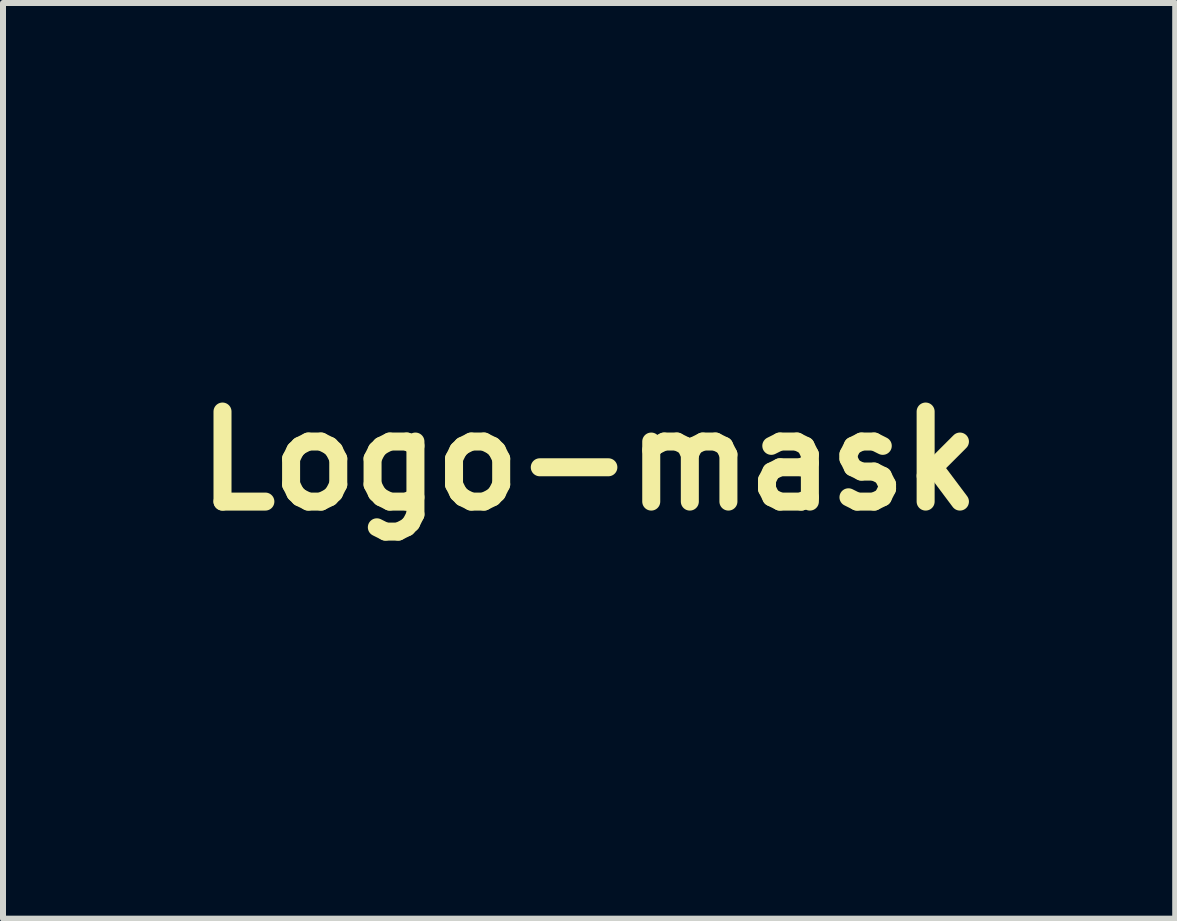
<source format=kicad_pcb>
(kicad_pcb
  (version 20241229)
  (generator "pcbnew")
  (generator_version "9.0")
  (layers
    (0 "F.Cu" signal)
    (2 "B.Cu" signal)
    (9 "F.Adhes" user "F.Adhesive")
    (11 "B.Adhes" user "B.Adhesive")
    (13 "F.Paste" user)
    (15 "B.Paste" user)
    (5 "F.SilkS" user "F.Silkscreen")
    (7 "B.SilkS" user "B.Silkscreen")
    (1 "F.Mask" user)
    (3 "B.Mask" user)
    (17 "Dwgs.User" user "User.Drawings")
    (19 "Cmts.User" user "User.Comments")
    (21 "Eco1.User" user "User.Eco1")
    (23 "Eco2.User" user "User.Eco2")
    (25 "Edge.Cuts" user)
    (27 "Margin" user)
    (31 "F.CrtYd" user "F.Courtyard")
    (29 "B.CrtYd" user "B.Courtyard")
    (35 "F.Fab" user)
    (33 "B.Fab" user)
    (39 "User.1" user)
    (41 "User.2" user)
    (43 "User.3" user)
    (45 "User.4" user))
  (footprint "Logo-mask"
    (layer "F.Cu")
    (at 6.764 4.628)
    (property "Reference" "Logo-mask" (at 0 0 0) (layer "F.SilkS") (effects (font (size 1.5 1.5) (thickness 0.3))))
    (attr board_only exclude_from_pos_files exclude_from_bom)
    (fp_poly (pts (xy -2.71 1.139) (xy -2.7 1.142) (xy -2.682 1.15) (xy -2.673 1.161) (xy -2.67 1.182) (xy -2.669 1.202) (xy -2.676 1.253) (xy -2.694 1.294) (xy -2.722 1.322) (xy -2.757 1.335) (xy -2.796 1.332) (xy -2.813 1.326) (xy -2.832 1.306) (xy -2.841 1.276) (xy -2.84 1.24) (xy -2.829 1.203) (xy -2.809 1.17) (xy -2.796 1.157) (xy -2.768 1.138) (xy -2.743 1.132)) (stroke (width 0) (type solid)) (fill yes) (layer "F.Mask"))
    (fp_poly (pts (xy -2.455 1.101) (xy -2.43 1.123) (xy -2.416 1.154) (xy -2.417 1.189) (xy -2.424 1.209) (xy -2.437 1.224) (xy -2.461 1.244) (xy -2.481 1.258) (xy -2.527 1.28) (xy -2.571 1.289) (xy -2.608 1.283) (xy -2.63 1.269) (xy -2.645 1.246) (xy -2.65 1.226) (xy -2.641 1.192) (xy -2.617 1.158) (xy -2.583 1.128) (xy -2.543 1.105) (xy -2.502 1.093) (xy -2.488 1.092)) (stroke (width 0) (type solid)) (fill yes) (layer "F.Mask"))
    (fp_poly (pts (xy -2.363 0.077) (xy -2.357 0.098) (xy -2.363 0.123) (xy -2.376 0.143) (xy -2.39 0.158) (xy -2.39 0.167) (xy -2.382 0.173) (xy -2.371 0.189) (xy -2.366 0.216) (xy -2.366 0.247) (xy -2.371 0.276) (xy -2.38 0.293) (xy -2.41 0.311) (xy -2.441 0.313) (xy -2.454 0.309) (xy -2.474 0.303) (xy -2.495 0.313) (xy -2.528 0.326) (xy -2.563 0.322) (xy -2.584 0.313) (xy -2.598 0.303) (xy -2.606 0.291) (xy -2.61 0.27) (xy -2.611 0.236) (xy -2.611 0.236) (xy -2.606 0.175) (xy -2.593 0.131) (xy -2.57 0.105) (xy -2.538 0.095) (xy -2.513 0.098) (xy -2.478 0.097) (xy -2.441 0.083) (xy -2.411 0.071) (xy -2.387 0.065) (xy -2.378 0.065)) (stroke (width 0) (type solid)) (fill yes) (layer "F.Mask"))
    (fp_poly (pts (xy -1.787 0.721) (xy -1.772 0.739) (xy -1.771 0.768) (xy -1.782 0.797) (xy -1.791 0.816) (xy -1.789 0.822) (xy -1.773 0.82) (xy -1.772 0.82) (xy -1.746 0.822) (xy -1.727 0.836) (xy -1.719 0.856) (xy -1.726 0.878) (xy -1.733 0.886) (xy -1.752 0.895) (xy -1.78 0.902) (xy -1.789 0.904) (xy -1.826 0.914) (xy -1.855 0.938) (xy -1.859 0.942) (xy -1.882 0.965) (xy -1.9 0.973) (xy -1.919 0.969) (xy -1.927 0.964) (xy -1.941 0.947) (xy -1.944 0.93) (xy -1.945 0.912) (xy -1.952 0.907) (xy -1.969 0.913) (xy -1.978 0.917) (xy -2.006 0.924) (xy -2.028 0.918) (xy -2.046 0.9) (xy -2.053 0.873) (xy -2.048 0.844) (xy -2.033 0.823) (xy -2.018 0.8) (xy -2.013 0.778) (xy -2.007 0.75) (xy -1.988 0.735) (xy -1.954 0.731) (xy -1.939 0.732) (xy -1.898 0.732) (xy -1.859 0.725) (xy -1.856 0.724) (xy -1.816 0.716)) (stroke (width 0) (type solid)) (fill yes) (layer "F.Mask"))
    (fp_poly (pts (xy -0.984 -0.658) (xy -0.954 -0.648) (xy -0.916 -0.63) (xy -0.865 -0.601) (xy -0.8 -0.563) (xy -0.797 -0.561) (xy -0.699 -0.501) (xy -0.616 -0.446) (xy -0.547 -0.397) (xy -0.491 -0.35) (xy -0.445 -0.305) (xy -0.407 -0.26) (xy -0.376 -0.213) (xy -0.35 -0.162) (xy -0.347 -0.157) (xy -0.324 -0.097) (xy -0.307 -0.035) (xy -0.298 0.03) (xy -0.296 0.101) (xy -0.301 0.179) (xy -0.314 0.269) (xy -0.335 0.37) (xy -0.364 0.487) (xy -0.377 0.534) (xy -0.401 0.625) (xy -0.419 0.701) (xy -0.432 0.765) (xy -0.439 0.821) (xy -0.443 0.872) (xy -0.443 0.921) (xy -0.442 0.945) (xy -0.439 0.991) (xy -0.435 1.032) (xy -0.431 1.064) (xy -0.43 1.073) (xy -0.432 1.109) (xy -0.448 1.136) (xy -0.473 1.153) (xy -0.504 1.156) (xy -0.535 1.142) (xy -0.538 1.14) (xy -0.554 1.122) (xy -0.565 1.093) (xy -0.572 1.06) (xy -0.58 1) (xy -0.582 0.939) (xy -0.579 0.872) (xy -0.57 0.798) (xy -0.555 0.714) (xy -0.533 0.616) (xy -0.504 0.504) (xy -0.482 0.419) (xy -0.465 0.348) (xy -0.452 0.289) (xy -0.444 0.238) (xy -0.439 0.192) (xy -0.437 0.148) (xy -0.438 0.101) (xy -0.438 0.089) (xy -0.443 0.02) (xy -0.454 -0.042) (xy -0.472 -0.097) (xy -0.499 -0.149) (xy -0.536 -0.199) (xy -0.584 -0.248) (xy -0.645 -0.298) (xy -0.72 -0.351) (xy -0.811 -0.409) (xy -0.88 -0.45) (xy -0.945 -0.489) (xy -0.995 -0.521) (xy -1.029 -0.547) (xy -1.051 -0.569) (xy -1.06 -0.589) (xy -1.059 -0.608) (xy -1.048 -0.628) (xy -1.035 -0.644) (xy -1.022 -0.656) (xy -1.006 -0.661)) (stroke (width 0) (type solid)) (fill yes) (layer "F.Mask"))
    (fp_poly (pts (xy -1.588 0.325) (xy -1.517 0.345) (xy -1.454 0.381) (xy -1.395 0.434) (xy -1.362 0.474) (xy -1.321 0.532) (xy -1.292 0.581) (xy -1.274 0.625) (xy -1.265 0.67) (xy -1.264 0.705) (xy -1.265 0.74) (xy -1.269 0.768) (xy -1.278 0.795) (xy -1.293 0.829) (xy -1.308 0.857) (xy -1.359 0.94) (xy -1.421 1.008) (xy -1.497 1.066) (xy -1.522 1.082) (xy -1.591 1.119) (xy -1.657 1.149) (xy -1.724 1.17) (xy -1.798 1.186) (xy -1.882 1.197) (xy -1.954 1.204) (xy -2.002 1.206) (xy -2.038 1.204) (xy -2.069 1.198) (xy -2.091 1.191) (xy -2.15 1.161) (xy -2.2 1.115) (xy -2.24 1.057) (xy -2.268 0.99) (xy -2.283 0.918) (xy -2.283 0.881) (xy -2.129 0.881) (xy -2.123 0.93) (xy -2.11 0.973) (xy -2.091 1.006) (xy -2.069 1.024) (xy -2.042 1.029) (xy -2.001 1.032) (xy -1.952 1.032) (xy -1.9 1.029) (xy -1.856 1.023) (xy -1.803 1.012) (xy -1.745 0.996) (xy -1.689 0.976) (xy -1.64 0.956) (xy -1.611 0.94) (xy -1.551 0.891) (xy -1.5 0.832) (xy -1.462 0.766) (xy -1.441 0.698) (xy -1.438 0.681) (xy -1.441 0.631) (xy -1.46 0.58) (xy -1.492 0.533) (xy -1.534 0.494) (xy -1.582 0.467) (xy -1.59 0.464) (xy -1.629 0.458) (xy -1.679 0.457) (xy -1.735 0.463) (xy -1.788 0.474) (xy -1.82 0.485) (xy -1.883 0.516) (xy -1.947 0.561) (xy -2.006 0.616) (xy -2.058 0.676) (xy -2.097 0.737) (xy -2.117 0.783) (xy -2.127 0.83) (xy -2.129 0.881) (xy -2.283 0.881) (xy -2.283 0.848) (xy -2.268 0.779) (xy -2.236 0.703) (xy -2.187 0.622) (xy -2.15 0.57) (xy -2.075 0.487) (xy -1.991 0.419) (xy -1.899 0.368) (xy -1.802 0.334) (xy -1.7 0.319) (xy -1.67 0.318)) (stroke (width 0) (type solid)) (fill yes) (layer "F.Mask"))
    (fp_poly (pts (xy 0.752 -1.771) (xy 0.764 -1.764) (xy 0.785 -1.745) (xy 0.804 -1.718) (xy 0.815 -1.691) (xy 0.817 -1.677) (xy 0.821 -1.64) (xy 0.839 -1.607) (xy 0.868 -1.583) (xy 0.903 -1.572) (xy 0.906 -1.572) (xy 0.947 -1.579) (xy 0.99 -1.596) (xy 1.027 -1.62) (xy 1.03 -1.622) (xy 1.054 -1.637) (xy 1.085 -1.647) (xy 1.089 -1.648) (xy 1.12 -1.648) (xy 1.143 -1.638) (xy 1.156 -1.628) (xy 1.18 -1.597) (xy 1.185 -1.562) (xy 1.172 -1.525) (xy 1.153 -1.501) (xy 1.136 -1.481) (xy 1.126 -1.463) (xy 1.122 -1.438) (xy 1.122 -1.405) (xy 1.127 -1.309) (xy 1.144 -1.225) (xy 1.172 -1.155) (xy 1.204 -1.105) (xy 1.222 -1.085) (xy 1.235 -1.079) (xy 1.25 -1.083) (xy 1.259 -1.087) (xy 1.3 -1.101) (xy 1.338 -1.1) (xy 1.369 -1.084) (xy 1.375 -1.077) (xy 1.396 -1.042) (xy 1.401 -1.011) (xy 1.389 -0.981) (xy 1.359 -0.952) (xy 1.311 -0.921) (xy 1.306 -0.918) (xy 1.257 -0.887) (xy 1.209 -0.848) (xy 1.163 -0.806) (xy 1.124 -0.762) (xy 1.095 -0.722) (xy 1.082 -0.693) (xy 1.075 -0.661) (xy 1.076 -0.629) (xy 1.082 -0.598) (xy 1.091 -0.566) (xy 1.1 -0.547) (xy 1.106 -0.544) (xy 1.128 -0.536) (xy 1.152 -0.516) (xy 1.17 -0.491) (xy 1.175 -0.476) (xy 1.177 -0.441) (xy 1.163 -0.412) (xy 1.133 -0.387) (xy 1.084 -0.365) (xy 1.08 -0.364) (xy 0.972 -0.33) (xy 0.852 -0.305) (xy 0.747 -0.289) (xy 0.716 -0.287) (xy 0.669 -0.285) (xy 0.611 -0.283) (xy 0.545 -0.282) (xy 0.474 -0.281) (xy 0.401 -0.281) (xy 0.33 -0.28) (xy 0.264 -0.281) (xy 0.207 -0.282) (xy 0.161 -0.283) (xy 0.13 -0.285) (xy 0.122 -0.285) (xy 0.054 -0.296) (xy 0.002 -0.304) (xy -0.036 -0.311) (xy -0.062 -0.318) (xy -0.08 -0.326) (xy -0.091 -0.336) (xy -0.098 -0.348) (xy -0.103 -0.359) (xy -0.11 -0.385) (xy -0.11 -0.406) (xy -0.11 -0.423) (xy -0.117 -0.426) (xy -0.131 -0.433) (xy -0.15 -0.449) (xy -0.152 -0.451) (xy -0.157 -0.46) (xy 0.089 -0.46) (xy 0.142 -0.454) (xy 0.18 -0.451) (xy 0.232 -0.449) (xy 0.297 -0.449) (xy 0.371 -0.449) (xy 0.449 -0.45) (xy 0.529 -0.452) (xy 0.607 -0.455) (xy 0.679 -0.458) (xy 0.742 -0.461) (xy 0.792 -0.465) (xy 0.823 -0.47) (xy 0.871 -0.478) (xy 0.903 -0.485) (xy 0.921 -0.492) (xy 0.928 -0.501) (xy 0.928 -0.515) (xy 0.923 -0.536) (xy 0.92 -0.546) (xy 0.912 -0.587) (xy 0.907 -0.634) (xy 0.906 -0.654) (xy 0.906 -0.684) (xy 0.904 -0.705) (xy 0.902 -0.71) (xy 0.892 -0.707) (xy 0.867 -0.697) (xy 0.832 -0.683) (xy 0.789 -0.666) (xy 0.787 -0.665) (xy 0.686 -0.628) (xy 0.574 -0.59) (xy 0.447 -0.553) (xy 0.304 -0.514) (xy 0.26 -0.503) (xy 0.089 -0.46) (xy -0.157 -0.46) (xy -0.17 -0.483) (xy -0.175 -0.522) (xy -0.167 -0.557) (xy -0.163 -0.568) (xy -0.168 -0.569) (xy -0.186 -0.561) (xy -0.189 -0.559) (xy -0.233 -0.545) (xy -0.272 -0.549) (xy -0.308 -0.572) (xy -0.312 -0.578) (xy -0.152 -0.578) (xy -0.147 -0.573) (xy -0.142 -0.578) (xy -0.147 -0.583) (xy -0.152 -0.578) (xy -0.312 -0.578) (xy -0.319 -0.588) (xy -0.132 -0.588) (xy -0.127 -0.583) (xy -0.122 -0.588) (xy -0.127 -0.593) (xy -0.132 -0.588) (xy -0.319 -0.588) (xy -0.329 -0.601) (xy -0.089 -0.601) (xy -0.08 -0.6) (xy -0.057 -0.604) (xy -0.019 -0.612) (xy 0.036 -0.625) (xy 0.109 -0.642) (xy 0.132 -0.648) (xy 0.274 -0.683) (xy 0.4 -0.717) (xy 0.514 -0.75) (xy 0.619 -0.785) (xy 0.719 -0.822) (xy 0.817 -0.863) (xy 0.916 -0.908) (xy 0.945 -0.922) (xy 1.08 -0.986) (xy 1.047 -1.037) (xy 1.022 -1.083) (xy 0.998 -1.141) (xy 0.977 -1.204) (xy 0.963 -1.265) (xy 0.961 -1.28) (xy 0.954 -1.327) (xy 0.843 -1.235) (xy 0.643 -1.077) (xy 0.446 -0.934) (xy 0.246 -0.802) (xy 0.037 -0.678) (xy -0.005 -0.654) (xy -0.042 -0.634) (xy -0.069 -0.618) (xy -0.085 -0.607) (xy -0.089 -0.601) (xy -0.329 -0.601) (xy -0.332 -0.606) (xy -0.338 -0.642) (xy -0.332 -0.666) (xy -0.321 -0.676) (xy -0.296 -0.693) (xy -0.261 -0.713) (xy -0.219 -0.735) (xy -0.217 -0.736) (xy -0.052 -0.824) (xy 0.119 -0.925) (xy 0.29 -1.034) (xy 0.436 -1.136) (xy 0.489 -1.175) (xy 0.544 -1.217) (xy 0.598 -1.259) (xy 0.65 -1.299) (xy 0.697 -1.337) (xy 0.736 -1.37) (xy 0.767 -1.397) (xy 0.786 -1.416) (xy 0.792 -1.424) (xy 0.792 -1.425) (xy 0.779 -1.434) (xy 0.758 -1.45) (xy 0.746 -1.459) (xy 0.721 -1.48) (xy 0.702 -1.502) (xy 0.698 -1.509) (xy 0.693 -1.518) (xy 0.687 -1.522) (xy 0.677 -1.518) (xy 0.66 -1.506) (xy 0.635 -1.484) (xy 0.599 -1.451) (xy 0.511 -1.373) (xy 0.413 -1.289) (xy 0.307 -1.202) (xy 0.199 -1.116) (xy 0.094 -1.035) (xy 0.093 -1.035) (xy 0.028 -0.987) (xy -0.04 -0.938) (xy -0.11 -0.888) (xy -0.179 -0.841) (xy -0.245 -0.796) (xy -0.307 -0.755) (xy -0.362 -0.72) (xy -0.408 -0.692) (xy -0.444 -0.673) (xy -0.466 -0.662) (xy -0.472 -0.661) (xy -0.498 -0.669) (xy -0.525 -0.69) (xy -0.545 -0.717) (xy -0.553 -0.744) (xy -0.553 -0.744) (xy -0.55 -0.772) (xy -0.543 -0.789) (xy -0.532 -0.8) (xy -0.507 -0.82) (xy -0.472 -0.847) (xy -0.427 -0.878) (xy -0.377 -0.912) (xy -0.369 -0.918) (xy -0.312 -0.956) (xy -0.253 -0.996) (xy -0.197 -1.035) (xy -0.15 -1.068) (xy -0.118 -1.091) (xy -0.03 -1.155) (xy 0.063 -1.227) (xy 0.16 -1.303) (xy 0.256 -1.382) (xy 0.35 -1.46) (xy 0.437 -1.536) (xy 0.515 -1.606) (xy 0.581 -1.668) (xy 0.596 -1.683) (xy 0.641 -1.726) (xy 0.677 -1.755) (xy 0.705 -1.772) (xy 0.73 -1.777)) (stroke (width 0) (type solid)) (fill yes) (layer "F.Mask"))
    (fp_poly (pts (xy 4.1 -4.622) (xy 4.127 -4.602) (xy 4.154 -4.566) (xy 4.169 -4.538) (xy 4.219 -4.461) (xy 4.282 -4.396) (xy 4.357 -4.345) (xy 4.44 -4.309) (xy 4.53 -4.29) (xy 4.613 -4.288) (xy 4.677 -4.296) (xy 4.727 -4.309) (xy 4.768 -4.332) (xy 4.806 -4.366) (xy 4.818 -4.378) (xy 4.852 -4.413) (xy 4.882 -4.43) (xy 4.909 -4.431) (xy 4.936 -4.417) (xy 4.938 -4.415) (xy 4.967 -4.382) (xy 4.976 -4.345) (xy 4.967 -4.303) (xy 4.945 -4.268) (xy 4.929 -4.242) (xy 4.925 -4.218) (xy 4.927 -4.2) (xy 4.947 -4.14) (xy 4.982 -4.079) (xy 5.03 -4.022) (xy 5.087 -3.974) (xy 5.125 -3.95) (xy 5.161 -3.934) (xy 5.206 -3.917) (xy 5.25 -3.904) (xy 5.325 -3.885) (xy 5.368 -3.905) (xy 5.396 -3.918) (xy 5.415 -3.921) (xy 5.435 -3.916) (xy 5.442 -3.913) (xy 5.47 -3.892) (xy 5.489 -3.861) (xy 5.495 -3.825) (xy 5.487 -3.792) (xy 5.479 -3.779) (xy 5.467 -3.769) (xy 5.442 -3.752) (xy 5.408 -3.732) (xy 5.391 -3.722) (xy 5.353 -3.698) (xy 5.32 -3.673) (xy 5.296 -3.651) (xy 5.29 -3.645) (xy 5.25 -3.579) (xy 5.225 -3.511) (xy 5.217 -3.446) (xy 5.22 -3.409) (xy 5.226 -3.386) (xy 5.235 -3.377) (xy 5.253 -3.379) (xy 5.255 -3.379) (xy 5.292 -3.378) (xy 5.326 -3.361) (xy 5.349 -3.332) (xy 5.353 -3.322) (xy 5.358 -3.282) (xy 5.345 -3.248) (xy 5.314 -3.221) (xy 5.293 -3.204) (xy 5.265 -3.172) (xy 5.234 -3.132) (xy 5.201 -3.085) (xy 5.169 -3.036) (xy 5.142 -2.989) (xy 5.127 -2.959) (xy 5.103 -2.899) (xy 5.087 -2.837) (xy 5.081 -2.781) (xy 5.084 -2.735) (xy 5.085 -2.731) (xy 5.093 -2.707) (xy 5.104 -2.697) (xy 5.118 -2.696) (xy 5.16 -2.69) (xy 5.194 -2.67) (xy 5.211 -2.647) (xy 5.224 -2.613) (xy 5.222 -2.585) (xy 5.205 -2.559) (xy 5.204 -2.558) (xy 5.192 -2.547) (xy 5.173 -2.537) (xy 5.145 -2.527) (xy 5.105 -2.515) (xy 5.049 -2.5) (xy 5.02 -2.492) (xy 4.779 -2.425) (xy 4.527 -2.341) (xy 4.267 -2.242) (xy 3.998 -2.128) (xy 3.723 -1.999) (xy 3.649 -1.963) (xy 3.5 -1.885) (xy 3.369 -1.81) (xy 3.257 -1.737) (xy 3.163 -1.668) (xy 3.088 -1.601) (xy 3.032 -1.537) (xy 2.994 -1.477) (xy 2.976 -1.419) (xy 2.976 -1.365) (xy 2.983 -1.341) (xy 2.993 -1.314) (xy 3.018 -1.34) (xy 3.041 -1.36) (xy 3.065 -1.372) (xy 3.067 -1.372) (xy 3.101 -1.372) (xy 3.135 -1.357) (xy 3.161 -1.332) (xy 3.165 -1.326) (xy 3.175 -1.306) (xy 3.18 -1.296) (xy 3.181 -1.296) (xy 3.177 -1.285) (xy 3.165 -1.261) (xy 3.146 -1.229) (xy 3.123 -1.194) (xy 3.099 -1.152) (xy 3.087 -1.108) (xy 3.084 -1.086) (xy 3.078 -1.029) (xy 3.1 -1.048) (xy 3.129 -1.063) (xy 3.165 -1.067) (xy 3.199 -1.06) (xy 3.216 -1.05) (xy 3.235 -1.026) (xy 3.242 -0.997) (xy 3.236 -0.96) (xy 3.222 -0.923) (xy 3.205 -0.88) (xy 3.187 -0.829) (xy 3.168 -0.774) (xy 3.15 -0.72) (xy 3.133 -0.67) (xy 3.121 -0.627) (xy 3.113 -0.596) (xy 3.11 -0.581) (xy 3.119 -0.549) (xy 3.143 -0.526) (xy 3.181 -0.515) (xy 3.197 -0.514) (xy 3.233 -0.516) (xy 3.265 -0.522) (xy 3.274 -0.525) (xy 3.311 -0.529) (xy 3.345 -0.519) (xy 3.372 -0.498) (xy 3.389 -0.469) (xy 3.391 -0.436) (xy 3.391 -0.433) (xy 3.382 -0.415) (xy 3.364 -0.386) (xy 3.34 -0.352) (xy 3.321 -0.328) (xy 3.291 -0.288) (xy 3.27 -0.256) (xy 3.256 -0.226) (xy 3.246 -0.194) (xy 3.242 -0.179) (xy 3.233 -0.125) (xy 3.233 -0.081) (xy 3.243 -0.038) (xy 3.249 -0.023) (xy 3.257 -0.007) (xy 3.27 -0.001) (xy 3.294 -0.002) (xy 3.299 -0.002) (xy 3.341 0.001) (xy 3.374 0.019) (xy 3.395 0.05) (xy 3.398 0.059) (xy 3.4 0.07) (xy 3.399 0.081) (xy 3.395 0.097) (xy 3.387 0.118) (xy 3.372 0.148) (xy 3.351 0.189) (xy 3.323 0.244) (xy 3.304 0.279) (xy 3.291 0.321) (xy 3.288 0.374) (xy 3.295 0.43) (xy 3.309 0.484) (xy 3.332 0.53) (xy 3.349 0.552) (xy 3.366 0.567) (xy 3.379 0.569) (xy 3.395 0.56) (xy 3.395 0.56) (xy 3.43 0.545) (xy 3.466 0.55) (xy 3.499 0.569) (xy 3.525 0.598) (xy 3.533 0.629) (xy 3.521 0.665) (xy 3.493 0.701) (xy 3.438 0.772) (xy 3.396 0.855) (xy 3.369 0.95) (xy 3.357 1.044) (xy 3.358 1.121) (xy 3.368 1.181) (xy 3.388 1.225) (xy 3.417 1.253) (xy 3.448 1.264) (xy 3.47 1.266) (xy 3.492 1.26) (xy 3.521 1.246) (xy 3.538 1.235) (xy 3.57 1.217) (xy 3.597 1.205) (xy 3.613 1.2) (xy 3.631 1.207) (xy 3.653 1.223) (xy 3.659 1.229) (xy 3.683 1.264) (xy 3.688 1.301) (xy 3.676 1.337) (xy 3.646 1.37) (xy 3.629 1.382) (xy 3.616 1.397) (xy 3.6 1.425) (xy 3.583 1.462) (xy 3.567 1.502) (xy 3.555 1.541) (xy 3.552 1.553) (xy 3.547 1.581) (xy 3.544 1.623) (xy 3.542 1.671) (xy 3.541 1.701) (xy 3.541 1.806) (xy 3.597 1.782) (xy 3.64 1.766) (xy 3.673 1.764) (xy 3.702 1.775) (xy 3.723 1.793) (xy 3.741 1.821) (xy 3.747 1.854) (xy 3.74 1.884) (xy 3.73 1.898) (xy 3.712 1.91) (xy 3.683 1.927) (xy 3.654 1.942) (xy 3.602 1.975) (xy 3.549 2.021) (xy 3.501 2.075) (xy 3.469 2.118) (xy 3.439 2.176) (xy 3.416 2.239) (xy 3.401 2.303) (xy 3.395 2.364) (xy 3.399 2.418) (xy 3.413 2.459) (xy 3.414 2.463) (xy 3.435 2.496) (xy 3.509 2.49) (xy 3.568 2.489) (xy 3.61 2.498) (xy 3.635 2.515) (xy 3.643 2.528) (xy 3.648 2.565) (xy 3.638 2.607) (xy 3.618 2.647) (xy 3.588 2.679) (xy 3.554 2.699) (xy 3.495 2.723) (xy 3.427 2.762) (xy 3.351 2.816) (xy 3.264 2.885) (xy 3.219 2.923) (xy 3.139 3.002) (xy 3.069 3.091) (xy 3.009 3.185) (xy 2.964 3.28) (xy 2.938 3.362) (xy 2.931 3.403) (xy 2.927 3.449) (xy 2.925 3.498) (xy 2.925 3.544) (xy 2.929 3.584) (xy 2.934 3.613) (xy 2.942 3.627) (xy 2.944 3.628) (xy 2.974 3.647) (xy 2.994 3.678) (xy 3.002 3.714) (xy 2.997 3.75) (xy 2.982 3.774) (xy 2.967 3.787) (xy 2.947 3.793) (xy 2.916 3.796) (xy 2.9 3.796) (xy 2.861 3.794) (xy 2.837 3.788) (xy 2.825 3.78) (xy 2.811 3.769) (xy 2.784 3.753) (xy 2.746 3.732) (xy 2.704 3.71) (xy 2.596 3.657) (xy 2.462 3.662) (xy 2.35 3.67) (xy 2.256 3.683) (xy 2.178 3.703) (xy 2.116 3.728) (xy 2.068 3.759) (xy 2.039 3.783) (xy 2.074 3.79) (xy 2.113 3.806) (xy 2.139 3.836) (xy 2.15 3.877) (xy 2.15 3.885) (xy 2.143 3.922) (xy 2.124 3.949) (xy 2.097 3.962) (xy 2.089 3.962) (xy 2.033 3.955) (xy 1.965 3.936) (xy 1.888 3.906) (xy 1.804 3.864) (xy 1.715 3.814) (xy 1.713 3.813) (xy 1.614 3.761) (xy 1.511 3.723) (xy 1.41 3.701) (xy 1.313 3.695) (xy 1.283 3.697) (xy 1.272 3.699) (xy 1.276 3.705) (xy 1.29 3.713) (xy 1.313 3.73) (xy 1.327 3.746) (xy 1.337 3.782) (xy 1.332 3.817) (xy 1.316 3.849) (xy 1.29 3.87) (xy 1.261 3.877) (xy 1.231 3.871) (xy 1.19 3.852) (xy 1.142 3.822) (xy 1.088 3.784) (xy 1.065 3.765) (xy 1.028 3.74) (xy 0.978 3.711) (xy 0.919 3.68) (xy 0.857 3.652) (xy 0.798 3.627) (xy 0.746 3.609) (xy 0.731 3.604) (xy 0.673 3.593) (xy 0.626 3.592) (xy 0.588 3.602) (xy 0.582 3.605) (xy 0.562 3.617) (xy 0.556 3.631) (xy 0.558 3.655) (xy 0.558 3.658) (xy 0.556 3.695) (xy 0.54 3.725) (xy 0.514 3.747) (xy 0.481 3.758) (xy 0.448 3.755) (xy 0.417 3.737) (xy 0.413 3.734) (xy 0.388 3.711) (xy 0.351 3.683) (xy 0.307 3.653) (xy 0.262 3.625) (xy 0.222 3.602) (xy 0.204 3.594) (xy 0.124 3.565) (xy 0.052 3.554) (xy -0.011 3.56) (xy -0.066 3.583) (xy -0.096 3.608) (xy -0.119 3.632) (xy -0.128 3.651) (xy -0.128 3.67) (xy -0.128 3.671) (xy -0.129 3.711) (xy -0.147 3.743) (xy -0.176 3.762) (xy -0.218 3.771) (xy -0.253 3.763) (xy -0.273 3.748) (xy -0.291 3.718) (xy -0.304 3.672) (xy -0.313 3.615) (xy -0.317 3.55) (xy -0.316 3.504) (xy -0.312 3.42) (xy -0.129 3.42) (xy -0.12 3.418) (xy -0.097 3.411) (xy -0.068 3.402) (xy -0.012 3.39) (xy 0.055 3.386) (xy 0.124 3.39) (xy 0.187 3.402) (xy 0.216 3.412) (xy 0.251 3.425) (xy 0.271 3.432) (xy 0.279 3.432) (xy 0.279 3.431) (xy 0.277 3.421) (xy 0.272 3.396) (xy 0.265 3.36) (xy 0.26 3.335) (xy 0.25 3.28) (xy 0.241 3.217) (xy 0.234 3.158) (xy 0.234 3.147) (xy 0.227 3.051) (xy 0.182 3.051) (xy 0.144 3.047) (xy 0.107 3.04) (xy 0.1 3.037) (xy 0.099 3.037) (xy 0.407 3.037) (xy 0.407 3.075) (xy 0.409 3.121) (xy 0.409 3.137) (xy 0.418 3.25) (xy 0.434 3.348) (xy 0.46 3.435) (xy 0.464 3.445) (xy 0.474 3.472) (xy 0.51 3.451) (xy 0.55 3.435) (xy 0.604 3.427) (xy 0.616 3.426) (xy 0.657 3.425) (xy 0.698 3.427) (xy 0.725 3.431) (xy 0.764 3.44) (xy 0.7 3.311) (xy 0.674 3.259) (xy 0.651 3.207) (xy 0.632 3.16) (xy 0.619 3.124) (xy 0.617 3.118) (xy 0.612 3.097) (xy 0.792 3.097) (xy 0.793 3.103) (xy 0.805 3.133) (xy 0.824 3.176) (xy 0.848 3.226) (xy 0.876 3.277) (xy 0.904 3.327) (xy 0.929 3.369) (xy 0.943 3.389) (xy 0.972 3.428) (xy 1.005 3.468) (xy 1.037 3.507) (xy 1.067 3.54) (xy 1.092 3.565) (xy 1.109 3.578) (xy 1.114 3.58) (xy 1.128 3.576) (xy 1.153 3.566) (xy 1.176 3.555) (xy 1.223 3.537) (xy 1.276 3.527) (xy 1.306 3.524) (xy 1.385 3.519) (xy 1.338 3.449) (xy 1.265 3.334) (xy 1.206 3.225) (xy 1.161 3.122) (xy 1.131 3.028) (xy 1.131 3.028) (xy 1.123 3.002) (xy 1.116 2.987) (xy 1.113 2.985) (xy 1.102 2.991) (xy 1.078 3.003) (xy 1.047 3.019) (xy 1.046 3.02) (xy 0.977 3.05) (xy 0.906 3.071) (xy 0.842 3.08) (xy 0.83 3.081) (xy 0.804 3.082) (xy 0.792 3.086) (xy 0.792 3.097) (xy 0.612 3.097) (xy 0.608 3.083) (xy 0.599 3.063) (xy 0.589 3.053) (xy 0.572 3.048) (xy 0.56 3.046) (xy 0.527 3.039) (xy 0.488 3.028) (xy 0.467 3.021) (xy 0.437 3.011) (xy 0.416 3.004) (xy 0.409 3.002) (xy 0.407 3.012) (xy 0.407 3.037) (xy 0.099 3.037) (xy 0.062 3.024) (xy 0.02 3.089) (xy -0.03 3.172) (xy -0.069 3.253) (xy -0.103 3.339) (xy -0.103 3.34) (xy -0.116 3.376) (xy -0.124 3.404) (xy -0.129 3.419) (xy -0.129 3.42) (xy -0.312 3.42) (xy -0.311 3.404) (xy -0.417 3.404) (xy -0.523 3.404) (xy -0.533 3.455) (xy -0.54 3.496) (xy -0.546 3.539) (xy -0.548 3.553) (xy -0.562 3.595) (xy -0.586 3.626) (xy -0.619 3.643) (xy -0.656 3.643) (xy -0.68 3.635) (xy -0.701 3.62) (xy -0.713 3.599) (xy -0.718 3.568) (xy -0.715 3.525) (xy -0.711 3.496) (xy -0.706 3.46) (xy -0.702 3.431) (xy -0.7 3.414) (xy -0.7 3.413) (xy -0.707 3.409) (xy -0.726 3.406) (xy -0.76 3.405) (xy -0.81 3.405) (xy -0.876 3.406) (xy -0.961 3.409) (xy -0.998 3.41) (xy -1.153 3.417) (xy -1.148 3.475) (xy -1.135 3.539) (xy -1.106 3.603) (xy -1.061 3.668) (xy -1.028 3.706) (xy -0.997 3.741) (xy -0.977 3.768) (xy -0.967 3.788) (xy -0.965 3.805) (xy -0.973 3.839) (xy -0.995 3.865) (xy -1.026 3.881) (xy -1.061 3.884) (xy -1.094 3.873) (xy -1.108 3.863) (xy -1.131 3.842) (xy -1.14 3.867) (xy -1.161 3.95) (xy -1.164 4.039) (xy -1.155 4.106) (xy -1.147 4.124) (xy -1.129 4.151) (xy -1.107 4.179) (xy -1.077 4.217) (xy -1.061 4.246) (xy -1.056 4.27) (xy -1.063 4.295) (xy -1.067 4.304) (xy -1.091 4.337) (xy -1.119 4.353) (xy -1.152 4.351) (xy -1.191 4.331) (xy -1.232 4.297) (xy -1.277 4.26) (xy -1.324 4.229) (xy -1.37 4.204) (xy -1.41 4.19) (xy -1.429 4.188) (xy -1.458 4.196) (xy -1.479 4.218) (xy -1.49 4.253) (xy -1.492 4.295) (xy -1.484 4.344) (xy -1.468 4.395) (xy -1.442 4.445) (xy -1.433 4.459) (xy -1.415 4.488) (xy -1.401 4.514) (xy -1.397 4.523) (xy -1.394 4.556) (xy -1.408 4.588) (xy -1.436 4.611) (xy -1.44 4.613) (xy -1.465 4.624) (xy -1.482 4.627) (xy -1.503 4.622) (xy -1.515 4.617) (xy -1.537 4.601) (xy -1.565 4.569) (xy -1.596 4.522) (xy -1.63 4.464) (xy -1.641 4.441) (xy -1.658 4.409) (xy -1.683 4.364) (xy -1.711 4.315) (xy -1.74 4.265) (xy -1.742 4.261) (xy -1.775 4.203) (xy -1.811 4.136) (xy -1.845 4.07) (xy -1.869 4.021) (xy -1.896 3.965) (xy -1.915 3.925) (xy -1.93 3.9) (xy -1.94 3.886) (xy -1.948 3.884) (xy -1.954 3.891) (xy -1.962 3.906) (xy -1.964 3.911) (xy -1.991 3.949) (xy -2.016 3.966) (xy -2.053 3.979) (xy -2.083 3.979) (xy -2.111 3.964) (xy -2.117 3.959) (xy -2.128 3.948) (xy -2.137 3.933) (xy -2.144 3.912) (xy -2.15 3.883) (xy -2.154 3.844) (xy -2.158 3.793) (xy -2.162 3.727) (xy -2.165 3.644) (xy -2.166 3.622) (xy -2.17 3.498) (xy -1.995 3.498) (xy -1.995 3.582) (xy -1.995 3.607) (xy -1.994 3.653) (xy -1.993 3.681) (xy -1.99 3.697) (xy -1.985 3.704) (xy -1.977 3.704) (xy -1.971 3.702) (xy -1.948 3.702) (xy -1.918 3.708) (xy -1.91 3.711) (xy -1.885 3.72) (xy -1.868 3.725) (xy -1.866 3.726) (xy -1.864 3.717) (xy -1.862 3.692) (xy -1.861 3.668) (xy -1.684 3.668) (xy -1.684 3.744) (xy -1.682 3.805) (xy -1.679 3.856) (xy -1.672 3.9) (xy -1.663 3.942) (xy -1.649 3.987) (xy -1.631 4.039) (xy -1.629 4.044) (xy -1.609 4.1) (xy -1.583 4.076) (xy -1.556 4.056) (xy -1.524 4.039) (xy -1.52 4.037) (xy -1.487 4.026) (xy -1.455 4.021) (xy -1.45 4.021) (xy -1.418 4.021) (xy -1.466 3.93) (xy -1.5 3.862) (xy -1.526 3.802) (xy -1.544 3.747) (xy -1.557 3.69) (xy -1.564 3.626) (xy -1.569 3.55) (xy -1.57 3.514) (xy -1.569 3.446) (xy -1.406 3.446) (xy -1.405 3.526) (xy -1.401 3.591) (xy -1.395 3.644) (xy -1.385 3.691) (xy -1.37 3.734) (xy -1.35 3.778) (xy -1.314 3.854) (xy -1.292 3.8) (xy -1.278 3.768) (xy -1.265 3.742) (xy -1.258 3.732) (xy -1.253 3.721) (xy -1.255 3.704) (xy -1.265 3.678) (xy -1.277 3.65) (xy -1.295 3.605) (xy -1.308 3.557) (xy -1.318 3.501) (xy -1.323 3.435) (xy -1.326 3.353) (xy -1.326 3.34) (xy -1.326 3.288) (xy -1.324 3.22) (xy -1.322 3.143) (xy -1.318 3.061) (xy -1.313 2.98) (xy -1.308 2.903) (xy -1.303 2.851) (xy -1.298 2.792) (xy -1.318 2.851) (xy -1.348 2.953) (xy -1.372 3.07) (xy -1.39 3.194) (xy -1.402 3.322) (xy -1.406 3.446) (xy -1.569 3.446) (xy -1.569 3.347) (xy -1.557 3.181) (xy -1.535 3.022) (xy -1.503 2.873) (xy -1.491 2.828) (xy -1.481 2.792) (xy -1.477 2.777) (xy -1.298 2.777) (xy -1.294 2.785) (xy -1.291 2.784) (xy -1.29 2.772) (xy -1.291 2.771) (xy -1.297 2.772) (xy -1.298 2.777) (xy -1.477 2.777) (xy -1.474 2.764) (xy -1.471 2.749) (xy -1.471 2.748) (xy -1.479 2.756) (xy -1.491 2.78) (xy -1.507 2.815) (xy -1.526 2.858) (xy -1.546 2.905) (xy -1.565 2.953) (xy -1.582 2.999) (xy -1.595 3.037) (xy -1.626 3.144) (xy -1.65 3.248) (xy -1.667 3.355) (xy -1.678 3.468) (xy -1.683 3.593) (xy -1.684 3.668) (xy -1.861 3.668) (xy -1.861 3.655) (xy -1.859 3.608) (xy -1.859 3.592) (xy -1.847 3.399) (xy -1.818 3.21) (xy -1.772 3.028) (xy -1.71 2.854) (xy -1.633 2.689) (xy -1.566 2.575) (xy -1.56 2.564) (xy -1.565 2.564) (xy -1.582 2.576) (xy -1.609 2.599) (xy -1.714 2.702) (xy -1.803 2.813) (xy -1.875 2.935) (xy -1.93 3.066) (xy -1.968 3.208) (xy -1.977 3.258) (xy -1.985 3.311) (xy -1.99 3.367) (xy -1.994 3.427) (xy -1.995 3.498) (xy -2.17 3.498) (xy -2.173 3.433) (xy -2.239 3.433) (xy -2.269 3.434) (xy -2.316 3.435) (xy -2.38 3.436) (xy -2.458 3.438) (xy -2.549 3.441) (xy -2.65 3.444) (xy -2.761 3.447) (xy -2.878 3.45) (xy -3.002 3.454) (xy -3.128 3.458) (xy -3.257 3.462) (xy -3.387 3.467) (xy -3.404 3.467) (xy -3.49 3.47) (xy -3.57 3.472) (xy -3.642 3.474) (xy -3.704 3.475) (xy -3.752 3.476) (xy -3.787 3.476) (xy -3.805 3.475) (xy -3.806 3.474) (xy -3.807 3.463) (xy -3.807 3.435) (xy -3.806 3.39) (xy -3.805 3.332) (xy -3.804 3.301) (xy -3.541 3.301) (xy -3.532 3.303) (xy -3.506 3.304) (xy -3.467 3.304) (xy -3.419 3.304) (xy -3.377 3.302) (xy -3.325 3.3) (xy -3.257 3.298) (xy -3.178 3.295) (xy -3.092 3.293) (xy -3.003 3.29) (xy -2.914 3.287) (xy -2.89 3.286) (xy -2.8 3.284) (xy -2.705 3.281) (xy -2.61 3.278) (xy -2.519 3.276) (xy -2.438 3.273) (xy -2.371 3.271) (xy -2.361 3.271) (xy -2.155 3.265) (xy -2.132 3.16) (xy -2.093 3.017) (xy -2.039 2.883) (xy -1.969 2.758) (xy -1.883 2.64) (xy -1.779 2.529) (xy -1.658 2.424) (xy -1.544 2.34) (xy -1.547 2.331) (xy -1.557 2.313) (xy -1.558 2.312) (xy -1.569 2.292) (xy -1.569 2.271) (xy -1.564 2.248) (xy -1.549 2.214) (xy -1.527 2.192) (xy -1.496 2.182) (xy -1.453 2.183) (xy -1.396 2.193) (xy -1.387 2.195) (xy -1.291 2.226) (xy -1.191 2.273) (xy -1.092 2.333) (xy -0.998 2.403) (xy -0.942 2.453) (xy -0.881 2.513) (xy -0.836 2.563) (xy -0.804 2.604) (xy -0.785 2.638) (xy -0.779 2.666) (xy -0.779 2.668) (xy -0.787 2.705) (xy -0.808 2.735) (xy -0.837 2.754) (xy -0.858 2.757) (xy -0.874 2.755) (xy -0.891 2.748) (xy -0.911 2.732) (xy -0.937 2.707) (xy -0.971 2.669) (xy -0.989 2.647) (xy -1.016 2.618) (xy -1.038 2.596) (xy -1.053 2.585) (xy -1.057 2.584) (xy -1.066 2.596) (xy -1.077 2.623) (xy -1.09 2.662) (xy -1.103 2.709) (xy -1.115 2.76) (xy -1.125 2.813) (xy -1.127 2.826) (xy -1.133 2.869) (xy -1.138 2.926) (xy -1.143 2.99) (xy -1.147 3.055) (xy -1.148 3.083) (xy -1.154 3.247) (xy -0.935 3.247) (xy -0.852 3.247) (xy -0.788 3.247) (xy -0.738 3.245) (xy -0.701 3.243) (xy -0.674 3.238) (xy -0.656 3.232) (xy -0.643 3.222) (xy -0.635 3.21) (xy -0.627 3.193) (xy -0.622 3.183) (xy -0.595 3.124) (xy -0.559 3.061) (xy -0.519 3) (xy -0.48 2.947) (xy -0.453 2.916) (xy -0.399 2.867) (xy -0.35 2.838) (xy -0.306 2.827) (xy -0.267 2.834) (xy -0.239 2.855) (xy -0.216 2.886) (xy -0.21 2.916) (xy -0.222 2.945) (xy -0.253 2.976) (xy -0.292 3.002) (xy -0.319 3.024) (xy -0.352 3.06) (xy -0.385 3.104) (xy -0.416 3.152) (xy -0.435 3.186) (xy -0.447 3.211) (xy -0.454 3.228) (xy -0.455 3.232) (xy -0.446 3.234) (xy -0.422 3.236) (xy -0.386 3.237) (xy -0.354 3.237) (xy -0.252 3.237) (xy -0.236 3.196) (xy -0.216 3.154) (xy -0.189 3.104) (xy -0.156 3.05) (xy -0.12 2.995) (xy -0.096 2.961) (xy 1.289 2.961) (xy 1.313 3.032) (xy 1.338 3.095) (xy 1.372 3.167) (xy 1.413 3.243) (xy 1.459 3.319) (xy 1.506 3.392) (xy 1.553 3.457) (xy 1.597 3.51) (xy 1.627 3.54) (xy 1.663 3.57) (xy 1.709 3.605) (xy 1.761 3.642) (xy 1.812 3.676) (xy 1.857 3.703) (xy 1.86 3.705) (xy 1.872 3.708) (xy 1.885 3.703) (xy 1.903 3.688) (xy 1.929 3.661) (xy 1.931 3.659) (xy 1.983 3.612) (xy 2.04 3.575) (xy 2.044 3.572) (xy 2.084 3.555) (xy 2.132 3.538) (xy 2.182 3.522) (xy 2.23 3.51) (xy 2.268 3.503) (xy 2.283 3.502) (xy 2.309 3.5) (xy 2.321 3.495) (xy 2.319 3.484) (xy 2.302 3.465) (xy 2.271 3.438) (xy 2.255 3.426) (xy 2.198 3.377) (xy 2.136 3.321) (xy 2.073 3.259) (xy 2.011 3.196) (xy 1.953 3.134) (xy 1.903 3.077) (xy 1.864 3.027) (xy 1.851 3.007) (xy 1.825 2.967) (xy 1.802 2.93) (xy 1.785 2.901) (xy 1.779 2.887) (xy 1.766 2.856) (xy 1.722 2.895) (xy 1.654 2.944) (xy 1.582 2.976) (xy 1.503 2.991) (xy 1.417 2.989) (xy 1.322 2.97) (xy 1.31 2.967) (xy 1.289 2.961) (xy -0.096 2.961) (xy -0.082 2.941) (xy -0.045 2.892) (xy -0.011 2.851) (xy 0.018 2.821) (xy 0.039 2.805) (xy 0.04 2.804) (xy 0.07 2.801) (xy 0.102 2.811) (xy 0.131 2.833) (xy 0.146 2.854) (xy 0.157 2.872) (xy 0.171 2.88) (xy 0.193 2.882) (xy 0.209 2.881) (xy 0.261 2.871) (xy 0.299 2.851) (xy 0.34 2.829) (xy 0.379 2.819) (xy 0.421 2.822) (xy 0.471 2.837) (xy 0.488 2.844) (xy 0.544 2.865) (xy 0.584 2.874) (xy 0.609 2.872) (xy 0.617 2.866) (xy 0.636 2.852) (xy 0.667 2.851) (xy 0.707 2.861) (xy 0.735 2.874) (xy 0.795 2.899) (xy 0.855 2.905) (xy 0.914 2.895) (xy 0.976 2.866) (xy 1.04 2.819) (xy 1.075 2.788) (xy 1.108 2.758) (xy 1.14 2.732) (xy 1.164 2.714) (xy 1.174 2.709) (xy 1.204 2.705) (xy 1.236 2.713) (xy 1.262 2.73) (xy 1.273 2.747) (xy 1.29 2.769) (xy 1.325 2.79) (xy 1.376 2.809) (xy 1.391 2.813) (xy 1.448 2.823) (xy 1.499 2.822) (xy 1.546 2.808) (xy 1.567 2.796) (xy 1.925 2.796) (xy 1.93 2.808) (xy 1.943 2.832) (xy 1.961 2.864) (xy 1.982 2.897) (xy 2.003 2.929) (xy 2.02 2.953) (xy 2.061 3.003) (xy 2.115 3.062) (xy 2.179 3.125) (xy 2.248 3.191) (xy 2.32 3.255) (xy 2.391 3.315) (xy 2.458 3.368) (xy 2.486 3.388) (xy 2.515 3.408) (xy 2.552 3.432) (xy 2.593 3.458) (xy 2.635 3.483) (xy 2.675 3.507) (xy 2.708 3.525) (xy 2.73 3.537) (xy 2.739 3.541) (xy 2.742 3.532) (xy 2.746 3.508) (xy 2.75 3.474) (xy 2.751 3.46) (xy 2.77 3.334) (xy 2.806 3.213) (xy 2.861 3.097) (xy 2.934 2.985) (xy 3.026 2.877) (xy 3.136 2.771) (xy 3.191 2.726) (xy 3.28 2.655) (xy 3.163 2.639) (xy 3.065 2.624) (xy 2.967 2.606) (xy 2.87 2.586) (xy 2.779 2.565) (xy 2.694 2.542) (xy 2.62 2.52) (xy 2.559 2.498) (xy 2.513 2.478) (xy 2.497 2.469) (xy 2.481 2.46) (xy 2.472 2.462) (xy 2.465 2.477) (xy 2.459 2.508) (xy 2.439 2.59) (xy 2.409 2.657) (xy 2.371 2.706) (xy 2.324 2.739) (xy 2.317 2.742) (xy 2.274 2.755) (xy 2.217 2.767) (xy 2.152 2.778) (xy 2.084 2.786) (xy 2.019 2.789) (xy 2.014 2.79) (xy 1.975 2.791) (xy 1.945 2.793) (xy 1.927 2.795) (xy 1.925 2.796) (xy 1.567 2.796) (xy 1.593 2.78) (xy 1.642 2.736) (xy 1.696 2.675) (xy 1.7 2.671) (xy 1.739 2.63) (xy 1.776 2.609) (xy 1.809 2.606) (xy 1.827 2.608) (xy 1.86 2.611) (xy 1.904 2.614) (xy 1.954 2.617) (xy 1.96 2.617) (xy 2.021 2.619) (xy 2.07 2.619) (xy 2.11 2.616) (xy 2.149 2.609) (xy 2.164 2.606) (xy 2.205 2.596) (xy 2.229 2.586) (xy 2.235 2.578) (xy 2.229 2.568) (xy 2.213 2.544) (xy 2.189 2.507) (xy 2.157 2.46) (xy 2.119 2.403) (xy 2.077 2.34) (xy 2.031 2.272) (xy 1.982 2.201) (xy 1.933 2.128) (xy 1.884 2.056) (xy 1.836 1.986) (xy 1.791 1.92) (xy 1.751 1.86) (xy 1.715 1.808) (xy 1.686 1.766) (xy 1.665 1.736) (xy 1.653 1.718) (xy 1.65 1.715) (xy 1.638 1.711) (xy 1.608 1.705) (xy 1.562 1.698) (xy 1.504 1.689) (xy 1.434 1.68) (xy 1.356 1.67) (xy 1.27 1.66) (xy 1.18 1.65) (xy 1.097 1.642) (xy 0.938 1.627) (xy 0.772 1.613) (xy 0.604 1.601) (xy 0.436 1.591) (xy 0.274 1.582) (xy 0.12 1.577) (xy -0.021 1.573) (xy -0.113 1.572) (xy -0.275 1.572) (xy -0.275 1.625) (xy -0.277 1.656) (xy -0.284 1.682) (xy -0.3 1.703) (xy -0.325 1.722) (xy -0.362 1.738) (xy -0.412 1.754) (xy -0.478 1.77) (xy -0.561 1.787) (xy -0.568 1.788) (xy -0.658 1.806) (xy -0.736 1.824) (xy -0.809 1.843) (xy -0.882 1.865) (xy -0.962 1.892) (xy -1.014 1.91) (xy -1.081 1.934) (xy -1.142 1.954) (xy -1.202 1.972) (xy -1.264 1.989) (xy -1.333 2.007) (xy -1.413 2.025) (xy -1.507 2.046) (xy -1.513 2.047) (xy -1.58 2.062) (xy -1.641 2.078) (xy -1.697 2.094) (xy -1.752 2.114) (xy -1.81 2.137) (xy -1.873 2.165) (xy -1.945 2.2) (xy -2.029 2.242) (xy -2.091 2.274) (xy -2.163 2.303) (xy -2.231 2.313) (xy -2.296 2.304) (xy -2.358 2.275) (xy -2.408 2.238) (xy -2.464 2.187) (xy -2.52 2.198) (xy -2.582 2.202) (xy -2.635 2.191) (xy -2.677 2.163) (xy -2.708 2.121) (xy -2.714 2.106) (xy -2.725 2.055) (xy -2.725 2.053) (xy -2.589 2.053) (xy -2.583 2.062) (xy -2.566 2.065) (xy -2.545 2.061) (xy -2.506 2.053) (xy -2.46 2.054) (xy -2.418 2.062) (xy -2.402 2.068) (xy -2.375 2.085) (xy -2.345 2.108) (xy -2.336 2.116) (xy -2.292 2.152) (xy -2.253 2.171) (xy -2.217 2.173) (xy -2.215 2.173) (xy -2.196 2.166) (xy -2.164 2.152) (xy -2.121 2.132) (xy -2.072 2.108) (xy -2.037 2.091) (xy -1.926 2.036) (xy -1.821 1.992) (xy -1.717 1.957) (xy -1.604 1.927) (xy -1.577 1.92) (xy -1.518 1.907) (xy -1.449 1.891) (xy -1.38 1.875) (xy -1.332 1.863) (xy -1.205 1.833) (xy -1.254 1.822) (xy -1.287 1.813) (xy -1.33 1.801) (xy -1.376 1.788) (xy -1.386 1.785) (xy -1.447 1.769) (xy -1.513 1.756) (xy -1.578 1.746) (xy -1.637 1.741) (xy -1.683 1.74) (xy -1.69 1.741) (xy -1.719 1.745) (xy -1.764 1.755) (xy -1.821 1.768) (xy -1.887 1.785) (xy -1.959 1.803) (xy -2.033 1.823) (xy -2.107 1.844) (xy -2.177 1.863) (xy -2.24 1.882) (xy -2.292 1.899) (xy -2.331 1.912) (xy -2.339 1.915) (xy -2.409 1.946) (xy -2.48 1.982) (xy -2.545 2.019) (xy -2.581 2.042) (xy -2.589 2.053) (xy -2.725 2.053) (xy -2.718 2.008) (xy -2.691 1.963) (xy -2.687 1.958) (xy -2.665 1.927) (xy -2.655 1.893) (xy -2.654 1.877) (xy -2.642 1.81) (xy -2.612 1.751) (xy -2.596 1.731) (xy -2.567 1.706) (xy -2.537 1.701) (xy -2.506 1.714) (xy -2.49 1.723) (xy -2.473 1.721) (xy -2.454 1.713) (xy -2.424 1.703) (xy -2.402 1.707) (xy -2.383 1.71) (xy -2.361 1.701) (xy -2.347 1.692) (xy -2.317 1.676) (xy -2.289 1.674) (xy -2.28 1.675) (xy -2.257 1.677) (xy -2.249 1.671) (xy -2.248 1.667) (xy -2.24 1.649) (xy -2.22 1.629) (xy -2.195 1.612) (xy -2.171 1.602) (xy -2.165 1.602) (xy -2.137 1.606) (xy -2.116 1.613) (xy -2.098 1.619) (xy -2.082 1.614) (xy -2.063 1.598) (xy -2.026 1.574) (xy -1.986 1.568) (xy -1.952 1.579) (xy -1.93 1.587) (xy -1.911 1.584) (xy -1.896 1.577) (xy -1.856 1.564) (xy -1.815 1.567) (xy -1.778 1.582) (xy -1.732 1.597) (xy -1.693 1.601) (xy -1.646 1.6) (xy -1.689 1.581) (xy -1.758 1.554) (xy -1.827 1.536) (xy -1.901 1.525) (xy -1.987 1.52) (xy -2.036 1.52) (xy -2.092 1.521) (xy -2.133 1.522) (xy -2.16 1.524) (xy -2.179 1.527) (xy -2.191 1.533) (xy -2.202 1.541) (xy -2.205 1.544) (xy -2.217 1.553) (xy -2.232 1.561) (xy -2.253 1.566) (xy -2.283 1.57) (xy -2.326 1.572) (xy -2.385 1.575) (xy -2.393 1.575) (xy -2.424 1.578) (xy -2.44 1.583) (xy -2.444 1.593) (xy -2.444 1.593) (xy -2.451 1.61) (xy -2.469 1.63) (xy -2.475 1.636) (xy -2.503 1.654) (xy -2.53 1.659) (xy -2.541 1.658) (xy -2.564 1.658) (xy -2.584 1.666) (xy -2.608 1.687) (xy -2.611 1.689) (xy -2.622 1.705) (xy -2.644 1.737) (xy -2.674 1.786) (xy -2.713 1.85) (xy -2.76 1.931) (xy -2.817 2.027) (xy -2.881 2.138) (xy -2.953 2.264) (xy -3.034 2.404) (xy -3.094 2.509) (xy -3.159 2.623) (xy -3.221 2.733) (xy -3.28 2.836) (xy -3.334 2.932) (xy -3.384 3.02) (xy -3.428 3.098) (xy -3.465 3.165) (xy -3.496 3.22) (xy -3.52 3.262) (xy -3.535 3.289) (xy -3.541 3.301) (xy -3.541 3.301) (xy -3.804 3.301) (xy -3.803 3.26) (xy -3.8 3.179) (xy -3.797 3.088) (xy -3.795 3.06) (xy -3.628 3.06) (xy -3.628 3.084) (xy -3.627 3.097) (xy -3.625 3.103) (xy -3.622 3.103) (xy -3.62 3.1) (xy -3.614 3.09) (xy -3.599 3.063) (xy -3.576 3.023) (xy -3.545 2.969) (xy -3.507 2.903) (xy -3.463 2.826) (xy -3.414 2.74) (xy -3.361 2.646) (xy -3.303 2.546) (xy -3.243 2.439) (xy -3.204 2.371) (xy -2.797 1.657) (xy -2.831 1.612) (xy -2.851 1.588) (xy -2.869 1.574) (xy -2.877 1.571) (xy -2.893 1.574) (xy -2.922 1.577) (xy -2.944 1.579) (xy -2.979 1.581) (xy -3.002 1.577) (xy -3.02 1.566) (xy -3.036 1.542) (xy -3.049 1.502) (xy -3.056 1.449) (xy -3.059 1.388) (xy -3.058 1.376) (xy -2.923 1.376) (xy -2.921 1.407) (xy -2.92 1.414) (xy -2.913 1.426) (xy -2.901 1.428) (xy -2.877 1.424) (xy -2.865 1.421) (xy -2.846 1.419) (xy -2.82 1.416) (xy -2.786 1.414) (xy -2.741 1.411) (xy -2.685 1.407) (xy -2.617 1.404) (xy -2.533 1.4) (xy -2.434 1.395) (xy -2.318 1.389) (xy -2.232 1.386) (xy -2.133 1.382) (xy -2.05 1.38) (xy -1.98 1.38) (xy -1.92 1.383) (xy -1.867 1.389) (xy -1.818 1.398) (xy -1.768 1.41) (xy -1.716 1.426) (xy -1.703 1.43) (xy -1.617 1.463) (xy -1.527 1.503) (xy -1.439 1.548) (xy -1.358 1.596) (xy -1.29 1.643) (xy -1.276 1.653) (xy -1.254 1.67) (xy -1.238 1.678) (xy -1.234 1.678) (xy -1.229 1.665) (xy -1.224 1.638) (xy -1.219 1.605) (xy -1.215 1.571) (xy -1.213 1.543) (xy -1.214 1.526) (xy -1.214 1.525) (xy -1.225 1.516) (xy -1.249 1.501) (xy -1.283 1.483) (xy -1.302 1.474) (xy -1.339 1.457) (xy -1.368 1.441) (xy -1.386 1.43) (xy -1.39 1.427) (xy -1.388 1.415) (xy -1.377 1.392) (xy -1.362 1.365) (xy -1.344 1.34) (xy -1.329 1.323) (xy -1.32 1.318) (xy -1.3 1.322) (xy -1.269 1.335) (xy -1.231 1.353) (xy -1.191 1.374) (xy -1.154 1.396) (xy -1.126 1.415) (xy -1.114 1.424) (xy -1.093 1.449) (xy -1.08 1.473) (xy -1.074 1.504) (xy -1.074 1.544) (xy -1.077 1.58) (xy -1.084 1.648) (xy -1.094 1.7) (xy -1.106 1.739) (xy -1.122 1.769) (xy -1.133 1.784) (xy -1.163 1.817) (xy -1.052 1.777) (xy -1.001 1.759) (xy -0.95 1.741) (xy -0.905 1.726) (xy -0.879 1.718) (xy -0.847 1.709) (xy -0.802 1.698) (xy -0.747 1.685) (xy -0.688 1.672) (xy -0.653 1.664) (xy -0.578 1.649) (xy -0.52 1.636) (xy -0.478 1.626) (xy -0.448 1.618) (xy -0.429 1.612) (xy -0.419 1.608) (xy -0.416 1.603) (xy -0.416 1.603) (xy -0.42 1.587) (xy -0.429 1.558) (xy -0.441 1.522) (xy -0.456 1.483) (xy -0.47 1.448) (xy -0.482 1.421) (xy -0.484 1.418) (xy -0.496 1.392) (xy -0.503 1.373) (xy -0.504 1.368) (xy -0.497 1.36) (xy -0.476 1.346) (xy -0.449 1.329) (xy -0.419 1.312) (xy -0.396 1.3) (xy -0.389 1.307) (xy -0.377 1.326) (xy -0.363 1.352) (xy -0.336 1.406) (xy -0.186 1.406) (xy -0.012 1.408) (xy 0.177 1.413) (xy 0.377 1.423) (xy 0.584 1.435) (xy 0.793 1.45) (xy 1.002 1.468) (xy 1.205 1.489) (xy 1.38 1.509) (xy 1.44 1.516) (xy 1.494 1.523) (xy 1.538 1.528) (xy 1.57 1.531) (xy 1.586 1.533) (xy 1.587 1.533) (xy 1.589 1.526) (xy 1.589 1.504) (xy 1.587 1.465) (xy 1.583 1.411) (xy 1.576 1.339) (xy 1.566 1.248) (xy 1.561 1.203) (xy 1.543 1.039) (xy 1.528 0.885) (xy 1.515 0.74) (xy 1.504 0.6) (xy 1.494 0.462) (xy 1.487 0.324) (xy 1.481 0.181) (xy 1.477 0.032) (xy 1.474 -0.126) (xy 1.472 -0.298) (xy 1.471 -0.485) (xy 1.471 -0.549) (xy 1.471 -0.558) (xy 1.637 -0.558) (xy 1.637 -0.375) (xy 1.638 -0.209) (xy 1.64 -0.057) (xy 1.643 0.083) (xy 1.647 0.214) (xy 1.652 0.339) (xy 1.658 0.459) (xy 1.666 0.578) (xy 1.675 0.699) (xy 1.686 0.823) (xy 1.699 0.953) (xy 1.714 1.093) (xy 1.724 1.18) (xy 1.733 1.258) (xy 1.741 1.332) (xy 1.748 1.399) (xy 1.754 1.456) (xy 1.759 1.501) (xy 1.762 1.531) (xy 1.763 1.536) (xy 1.764 1.55) (xy 1.767 1.563) (xy 1.771 1.577) (xy 1.778 1.594) (xy 1.789 1.615) (xy 1.805 1.642) (xy 1.827 1.676) (xy 1.855 1.719) (xy 1.89 1.772) (xy 1.934 1.838) (xy 1.988 1.916) (xy 2.035 1.986) (xy 2.097 2.078) (xy 2.15 2.155) (xy 2.193 2.217) (xy 2.228 2.267) (xy 2.255 2.304) (xy 2.276 2.33) (xy 2.291 2.346) (xy 2.302 2.353) (xy 2.309 2.352) (xy 2.313 2.343) (xy 2.314 2.328) (xy 2.315 2.308) (xy 2.316 2.297) (xy 2.547 2.297) (xy 2.548 2.298) (xy 2.562 2.31) (xy 2.591 2.325) (xy 2.63 2.343) (xy 2.675 2.36) (xy 2.722 2.376) (xy 2.748 2.383) (xy 2.799 2.396) (xy 2.86 2.411) (xy 2.926 2.425) (xy 2.994 2.439) (xy 3.06 2.451) (xy 3.119 2.461) (xy 3.168 2.468) (xy 3.201 2.472) (xy 3.228 2.473) (xy 3.222 2.411) (xy 3.221 2.347) (xy 3.231 2.273) (xy 3.249 2.198) (xy 3.275 2.127) (xy 3.277 2.123) (xy 3.291 2.091) (xy 3.301 2.068) (xy 3.304 2.057) (xy 3.304 2.057) (xy 3.294 2.057) (xy 3.269 2.061) (xy 3.234 2.066) (xy 3.218 2.069) (xy 3.156 2.076) (xy 3.08 2.081) (xy 2.996 2.083) (xy 2.909 2.082) (xy 2.826 2.078) (xy 2.75 2.071) (xy 2.701 2.064) (xy 2.601 2.046) (xy 2.6 2.096) (xy 2.596 2.159) (xy 2.582 2.214) (xy 2.562 2.257) (xy 2.561 2.259) (xy 2.549 2.281) (xy 2.547 2.297) (xy 2.316 2.297) (xy 2.316 2.296) (xy 2.322 2.266) (xy 2.336 2.237) (xy 2.354 2.216) (xy 2.371 2.209) (xy 2.385 2.202) (xy 2.403 2.185) (xy 2.405 2.182) (xy 2.414 2.17) (xy 2.42 2.157) (xy 2.423 2.14) (xy 2.424 2.115) (xy 2.424 2.078) (xy 2.422 2.025) (xy 2.422 2.02) (xy 2.416 1.885) (xy 2.421 1.88) (xy 2.651 1.88) (xy 2.651 1.88) (xy 2.662 1.884) (xy 2.688 1.889) (xy 2.724 1.895) (xy 2.748 1.899) (xy 2.818 1.907) (xy 2.901 1.911) (xy 2.991 1.912) (xy 3.083 1.908) (xy 3.17 1.902) (xy 3.247 1.892) (xy 3.281 1.886) (xy 3.322 1.877) (xy 3.356 1.869) (xy 3.377 1.864) (xy 3.382 1.862) (xy 3.382 1.851) (xy 3.379 1.827) (xy 3.374 1.796) (xy 3.369 1.752) (xy 3.369 1.699) (xy 3.372 1.633) (xy 3.374 1.617) (xy 3.377 1.571) (xy 3.38 1.533) (xy 3.381 1.507) (xy 3.381 1.497) (xy 3.381 1.497) (xy 3.37 1.497) (xy 3.346 1.501) (xy 3.312 1.509) (xy 3.305 1.51) (xy 3.274 1.516) (xy 3.238 1.521) (xy 3.194 1.524) (xy 3.138 1.526) (xy 3.069 1.527) (xy 3.017 1.527) (xy 2.952 1.527) (xy 2.893 1.527) (xy 2.843 1.525) (xy 2.804 1.524) (xy 2.78 1.522) (xy 2.776 1.521) (xy 2.761 1.518) (xy 2.753 1.522) (xy 2.748 1.537) (xy 2.744 1.567) (xy 2.743 1.57) (xy 2.719 1.694) (xy 2.677 1.809) (xy 2.663 1.842) (xy 2.654 1.867) (xy 2.651 1.88) (xy 2.421 1.88) (xy 2.449 1.852) (xy 2.476 1.818) (xy 2.502 1.775) (xy 2.527 1.725) (xy 2.547 1.672) (xy 2.564 1.619) (xy 2.575 1.57) (xy 2.579 1.529) (xy 2.576 1.499) (xy 2.568 1.485) (xy 2.549 1.459) (xy 2.547 1.426) (xy 2.562 1.386) (xy 2.578 1.359) (xy 2.586 1.344) (xy 2.792 1.344) (xy 2.793 1.346) (xy 2.808 1.352) (xy 2.839 1.356) (xy 2.882 1.36) (xy 2.933 1.362) (xy 2.989 1.363) (xy 3.046 1.363) (xy 3.101 1.362) (xy 3.149 1.359) (xy 3.168 1.357) (xy 3.206 1.352) (xy 3.236 1.347) (xy 3.253 1.344) (xy 3.255 1.343) (xy 3.253 1.333) (xy 3.242 1.314) (xy 3.239 1.311) (xy 3.217 1.266) (xy 3.2 1.208) (xy 3.19 1.14) (xy 3.186 1.067) (xy 3.19 0.993) (xy 3.198 0.94) (xy 3.204 0.91) (xy 3.207 0.888) (xy 3.206 0.882) (xy 3.196 0.882) (xy 3.172 0.887) (xy 3.139 0.896) (xy 3.134 0.897) (xy 3.095 0.906) (xy 3.043 0.916) (xy 2.988 0.924) (xy 2.957 0.928) (xy 2.848 0.939) (xy 2.843 1.062) (xy 2.84 1.126) (xy 2.834 1.177) (xy 2.825 1.221) (xy 2.813 1.263) (xy 2.802 1.299) (xy 2.795 1.328) (xy 2.792 1.344) (xy 2.586 1.344) (xy 2.615 1.294) (xy 2.644 1.225) (xy 2.664 1.154) (xy 2.676 1.086) (xy 2.678 1.022) (xy 2.67 0.968) (xy 2.651 0.926) (xy 2.645 0.918) (xy 2.625 0.885) (xy 2.615 0.85) (xy 2.616 0.819) (xy 2.62 0.811) (xy 2.636 0.775) (xy 2.64 0.761) (xy 2.818 0.761) (xy 2.821 0.766) (xy 2.831 0.768) (xy 2.852 0.768) (xy 2.886 0.765) (xy 2.937 0.759) (xy 2.939 0.759) (xy 3.045 0.743) (xy 3.137 0.719) (xy 3.186 0.7) (xy 3.229 0.681) (xy 3.198 0.636) (xy 3.164 0.575) (xy 3.136 0.5) (xy 3.119 0.436) (xy 3.108 0.387) (xy 3.068 0.412) (xy 3.033 0.432) (xy 2.99 0.454) (xy 2.945 0.475) (xy 2.903 0.494) (xy 2.87 0.507) (xy 2.854 0.511) (xy 2.84 0.515) (xy 2.832 0.522) (xy 2.831 0.537) (xy 2.834 0.563) (xy 2.841 0.596) (xy 2.841 0.615) (xy 2.838 0.647) (xy 2.834 0.684) (xy 2.828 0.719) (xy 2.822 0.746) (xy 2.82 0.753) (xy 2.818 0.761) (xy 2.64 0.761) (xy 2.651 0.726) (xy 2.663 0.675) (xy 2.669 0.63) (xy 2.669 0.618) (xy 2.666 0.577) (xy 2.656 0.529) (xy 2.645 0.489) (xy 2.633 0.449) (xy 2.626 0.416) (xy 2.624 0.382) (xy 2.625 0.34) (xy 2.626 0.324) (xy 2.628 0.25) (xy 2.621 0.184) (xy 2.604 0.12) (xy 2.581 0.063) (xy 2.567 0.028) (xy 2.751 0.028) (xy 2.77 0.078) (xy 2.782 0.117) (xy 2.79 0.168) (xy 2.794 0.235) (xy 2.794 0.238) (xy 2.797 0.281) (xy 2.8 0.317) (xy 2.804 0.34) (xy 2.807 0.348) (xy 2.82 0.344) (xy 2.844 0.335) (xy 2.861 0.328) (xy 2.897 0.31) (xy 2.943 0.286) (xy 2.992 0.257) (xy 3.041 0.227) (xy 3.084 0.199) (xy 3.115 0.176) (xy 3.12 0.173) (xy 3.14 0.154) (xy 3.147 0.143) (xy 3.143 0.132) (xy 3.137 0.125) (xy 3.124 0.107) (xy 3.12 0.095) (xy 3.114 0.084) (xy 3.111 0.083) (xy 3.103 0.074) (xy 3.092 0.051) (xy 3.081 0.019) (xy 3.071 -0.019) (xy 3.065 -0.052) (xy 3.06 -0.076) (xy 3.054 -0.09) (xy 3.052 -0.09) (xy 3.008 -0.068) (xy 2.957 -0.044) (xy 2.904 -0.021) (xy 2.855 -0.002) (xy 2.817 0.011) (xy 2.814 0.012) (xy 2.751 0.028) (xy 2.567 0.028) (xy 2.563 0.018) (xy 2.554 -0.017) (xy 2.555 -0.05) (xy 2.564 -0.089) (xy 2.573 -0.116) (xy 2.594 -0.177) (xy 2.553 -0.266) (xy 2.528 -0.328) (xy 2.515 -0.379) (xy 2.515 -0.385) (xy 2.689 -0.385) (xy 2.693 -0.373) (xy 2.704 -0.348) (xy 2.719 -0.317) (xy 2.719 -0.317) (xy 2.737 -0.273) (xy 2.751 -0.228) (xy 2.755 -0.204) (xy 2.758 -0.175) (xy 2.762 -0.156) (xy 2.764 -0.152) (xy 2.774 -0.155) (xy 2.797 -0.163) (xy 2.829 -0.175) (xy 2.833 -0.177) (xy 2.903 -0.208) (xy 2.975 -0.247) (xy 3.039 -0.29) (xy 3.069 -0.314) (xy 3.111 -0.35) (xy 3.063 -0.372) (xy 3.011 -0.407) (xy 2.972 -0.455) (xy 2.954 -0.497) (xy 2.946 -0.52) (xy 2.94 -0.533) (xy 2.94 -0.534) (xy 2.931 -0.529) (xy 2.91 -0.515) (xy 2.879 -0.496) (xy 2.856 -0.48) (xy 2.816 -0.455) (xy 2.776 -0.432) (xy 2.743 -0.415) (xy 2.732 -0.41) (xy 2.706 -0.399) (xy 2.691 -0.389) (xy 2.689 -0.385) (xy 2.515 -0.385) (xy 2.515 -0.423) (xy 2.527 -0.465) (xy 2.554 -0.51) (xy 2.571 -0.534) (xy 2.611 -0.593) (xy 2.64 -0.654) (xy 2.658 -0.715) (xy 2.663 -0.769) (xy 2.659 -0.794) (xy 2.65 -0.822) (xy 2.633 -0.856) (xy 2.621 -0.875) (xy 2.599 -0.918) (xy 2.596 -0.932) (xy 2.79 -0.932) (xy 2.809 -0.882) (xy 2.824 -0.827) (xy 2.83 -0.759) (xy 2.83 -0.753) (xy 2.831 -0.711) (xy 2.835 -0.688) (xy 2.844 -0.681) (xy 2.86 -0.691) (xy 2.886 -0.716) (xy 2.9 -0.731) (xy 2.927 -0.76) (xy 2.951 -0.789) (xy 2.962 -0.802) (xy 2.983 -0.831) (xy 2.959 -0.856) (xy 2.937 -0.886) (xy 2.918 -0.922) (xy 2.906 -0.957) (xy 2.904 -0.973) (xy 2.903 -0.982) (xy 2.896 -0.984) (xy 2.879 -0.978) (xy 2.85 -0.963) (xy 2.847 -0.962) (xy 2.79 -0.932) (xy 2.596 -0.932) (xy 2.592 -0.953) (xy 2.601 -0.983) (xy 2.609 -0.995) (xy 2.624 -1.018) (xy 2.633 -1.036) (xy 2.645 -1.048) (xy 2.669 -1.064) (xy 2.703 -1.082) (xy 2.712 -1.086) (xy 2.784 -1.119) (xy 2.791 -1.172) (xy 2.794 -1.203) (xy 2.798 -1.247) (xy 2.802 -1.299) (xy 2.806 -1.347) (xy 2.815 -1.433) (xy 2.83 -1.504) (xy 2.854 -1.566) (xy 2.888 -1.625) (xy 2.936 -1.684) (xy 2.962 -1.713) (xy 3.022 -1.771) (xy 3.09 -1.828) (xy 3.17 -1.886) (xy 3.261 -1.946) (xy 3.365 -2.007) (xy 3.483 -2.071) (xy 3.617 -2.139) (xy 3.768 -2.21) (xy 3.891 -2.266) (xy 4.116 -2.364) (xy 4.335 -2.452) (xy 4.546 -2.529) (xy 4.745 -2.593) (xy 4.815 -2.614) (xy 4.927 -2.646) (xy 4.922 -2.675) (xy 4.918 -2.723) (xy 4.917 -2.781) (xy 4.921 -2.842) (xy 4.928 -2.898) (xy 4.938 -2.943) (xy 4.94 -2.948) (xy 4.95 -2.979) (xy 4.956 -3.001) (xy 4.957 -3.01) (xy 4.948 -3.006) (xy 4.924 -2.993) (xy 4.886 -2.971) (xy 4.835 -2.943) (xy 4.774 -2.907) (xy 4.703 -2.867) (xy 4.624 -2.821) (xy 4.539 -2.772) (xy 4.464 -2.729) (xy 4.345 -2.66) (xy 4.242 -2.601) (xy 4.153 -2.55) (xy 4.076 -2.506) (xy 4.009 -2.469) (xy 3.952 -2.437) (xy 3.902 -2.411) (xy 3.858 -2.388) (xy 3.818 -2.369) (xy 3.781 -2.352) (xy 3.745 -2.336) (xy 3.708 -2.322) (xy 3.679 -2.31) (xy 3.625 -2.289) (xy 3.569 -2.267) (xy 3.518 -2.246) (xy 3.487 -2.233) (xy 3.37 -2.191) (xy 3.252 -2.164) (xy 3.131 -2.151) (xy 3.003 -2.151) (xy 2.866 -2.166) (xy 2.808 -2.176) (xy 2.762 -2.185) (xy 2.717 -2.195) (xy 2.671 -2.208) (xy 2.622 -2.224) (xy 2.568 -2.244) (xy 2.507 -2.268) (xy 2.437 -2.298) (xy 2.357 -2.334) (xy 2.264 -2.377) (xy 2.156 -2.428) (xy 2.082 -2.463) (xy 2.044 -2.481) (xy 2.445 -2.481) (xy 2.453 -2.474) (xy 2.476 -2.461) (xy 2.517 -2.442) (xy 2.552 -2.427) (xy 2.619 -2.399) (xy 2.676 -2.378) (xy 2.729 -2.362) (xy 2.786 -2.348) (xy 2.837 -2.337) (xy 2.89 -2.327) (xy 2.936 -2.321) (xy 2.981 -2.318) (xy 3.031 -2.319) (xy 3.09 -2.323) (xy 3.139 -2.328) (xy 3.193 -2.334) (xy 3.248 -2.342) (xy 3.296 -2.352) (xy 3.321 -2.358) (xy 3.365 -2.37) (xy 3.41 -2.382) (xy 3.441 -2.391) (xy 3.474 -2.402) (xy 3.516 -2.419) (xy 3.562 -2.439) (xy 3.583 -2.448) (xy 3.633 -2.472) (xy 3.69 -2.499) (xy 3.748 -2.526) (xy 3.776 -2.539) (xy 3.795 -2.549) (xy 3.829 -2.567) (xy 3.876 -2.593) (xy 3.934 -2.626) (xy 4.002 -2.664) (xy 4.077 -2.706) (xy 4.16 -2.753) (xy 4.247 -2.803) (xy 4.338 -2.854) (xy 4.43 -2.906) (xy 4.521 -2.959) (xy 4.612 -3.01) (xy 4.698 -3.06) (xy 4.78 -3.107) (xy 4.856 -3.151) (xy 4.922 -3.19) (xy 4.98 -3.223) (xy 5.025 -3.25) (xy 5.058 -3.269) (xy 5.075 -3.28) (xy 5.078 -3.282) (xy 5.076 -3.292) (xy 5.069 -3.315) (xy 5.063 -3.332) (xy 5.05 -3.38) (xy 5.045 -3.436) (xy 5.045 -3.445) (xy 5.043 -3.481) (xy 5.04 -3.501) (xy 5.035 -3.504) (xy 5.011 -3.489) (xy 4.973 -3.465) (xy 4.924 -3.433) (xy 4.865 -3.394) (xy 4.799 -3.35) (xy 4.729 -3.303) (xy 4.656 -3.253) (xy 4.582 -3.204) (xy 4.511 -3.155) (xy 4.445 -3.11) (xy 4.385 -3.068) (xy 4.354 -3.047) (xy 4.273 -2.99) (xy 4.206 -2.943) (xy 4.151 -2.904) (xy 4.104 -2.87) (xy 4.063 -2.841) (xy 4.027 -2.814) (xy 3.992 -2.788) (xy 3.957 -2.76) (xy 3.918 -2.73) (xy 3.874 -2.695) (xy 3.851 -2.677) (xy 3.804 -2.64) (xy 3.761 -2.608) (xy 3.725 -2.581) (xy 3.698 -2.563) (xy 3.683 -2.556) (xy 3.655 -2.557) (xy 3.624 -2.57) (xy 3.598 -2.59) (xy 3.59 -2.601) (xy 3.583 -2.626) (xy 3.582 -2.652) (xy 3.585 -2.663) (xy 3.591 -2.674) (xy 3.603 -2.689) (xy 3.623 -2.708) (xy 3.652 -2.734) (xy 3.692 -2.767) (xy 3.745 -2.809) (xy 3.781 -2.838) (xy 3.848 -2.89) (xy 3.923 -2.947) (xy 4.001 -3.006) (xy 4.076 -3.06) (xy 4.143 -3.108) (xy 4.158 -3.119) (xy 4.222 -3.162) (xy 4.294 -3.212) (xy 4.374 -3.266) (xy 4.457 -3.323) (xy 4.544 -3.381) (xy 4.63 -3.439) (xy 4.714 -3.496) (xy 4.794 -3.549) (xy 4.866 -3.597) (xy 4.93 -3.639) (xy 4.983 -3.674) (xy 5.022 -3.699) (xy 5.028 -3.703) (xy 5.119 -3.76) (xy 5.056 -3.793) (xy 4.985 -3.838) (xy 4.917 -3.896) (xy 4.859 -3.96) (xy 4.836 -3.992) (xy 4.816 -4.022) (xy 4.8 -4.048) (xy 4.792 -4.062) (xy 4.792 -4.063) (xy 4.783 -4.064) (xy 4.767 -4.049) (xy 4.759 -4.041) (xy 4.709 -3.98) (xy 4.648 -3.907) (xy 4.579 -3.825) (xy 4.503 -3.738) (xy 4.424 -3.647) (xy 4.344 -3.555) (xy 4.265 -3.465) (xy 4.189 -3.38) (xy 4.12 -3.303) (xy 4.11 -3.292) (xy 4.048 -3.224) (xy 3.983 -3.153) (xy 3.92 -3.084) (xy 3.861 -3.018) (xy 3.807 -2.958) (xy 3.763 -2.909) (xy 3.742 -2.886) (xy 3.686 -2.823) (xy 3.642 -2.775) (xy 3.608 -2.737) (xy 3.582 -2.71) (xy 3.563 -2.691) (xy 3.549 -2.68) (xy 3.538 -2.674) (xy 3.528 -2.673) (xy 3.519 -2.674) (xy 3.515 -2.675) (xy 3.48 -2.692) (xy 3.453 -2.723) (xy 3.438 -2.762) (xy 3.436 -2.774) (xy 3.437 -2.786) (xy 3.443 -2.8) (xy 3.455 -2.818) (xy 3.475 -2.843) (xy 3.504 -2.876) (xy 3.544 -2.922) (xy 3.557 -2.936) (xy 3.594 -2.977) (xy 3.641 -3.029) (xy 3.696 -3.091) (xy 3.757 -3.158) (xy 3.822 -3.229) (xy 3.887 -3.3) (xy 3.942 -3.361) (xy 4.011 -3.436) (xy 4.085 -3.519) (xy 4.161 -3.604) (xy 4.236 -3.689) (xy 4.306 -3.77) (xy 4.369 -3.842) (xy 4.401 -3.879) (xy 4.601 -4.114) (xy 4.528 -4.12) (xy 4.426 -4.138) (xy 4.326 -4.174) (xy 4.232 -4.225) (xy 4.151 -4.289) (xy 4.09 -4.346) (xy 4.079 -4.318) (xy 4.071 -4.298) (xy 4.059 -4.264) (xy 4.043 -4.222) (xy 4.03 -4.188) (xy 3.994 -4.096) (xy 3.956 -4.002) (xy 3.914 -3.904) (xy 3.866 -3.799) (xy 3.813 -3.685) (xy 3.754 -3.561) (xy 3.686 -3.423) (xy 3.617 -3.286) (xy 3.573 -3.199) (xy 3.532 -3.118) (xy 3.493 -3.042) (xy 3.458 -2.976) (xy 3.429 -2.92) (xy 3.405 -2.875) (xy 3.388 -2.845) (xy 3.378 -2.83) (xy 3.377 -2.828) (xy 3.346 -2.816) (xy 3.312 -2.821) (xy 3.277 -2.844) (xy 3.271 -2.85) (xy 3.251 -2.873) (xy 3.239 -2.894) (xy 3.237 -2.902) (xy 3.242 -2.914) (xy 3.254 -2.942) (xy 3.274 -2.984) (xy 3.3 -3.036) (xy 3.33 -3.098) (xy 3.365 -3.167) (xy 3.403 -3.241) (xy 3.407 -3.248) (xy 3.449 -3.33) (xy 3.491 -3.413) (xy 3.532 -3.494) (xy 3.57 -3.57) (xy 3.604 -3.637) (xy 3.631 -3.693) (xy 3.647 -3.726) (xy 3.678 -3.791) (xy 3.709 -3.859) (xy 3.739 -3.927) (xy 3.767 -3.993) (xy 3.793 -4.053) (xy 3.815 -4.107) (xy 3.832 -4.152) (xy 3.844 -4.185) (xy 3.85 -4.204) (xy 3.849 -4.207) (xy 3.838 -4.203) (xy 3.817 -4.193) (xy 3.812 -4.191) (xy 3.78 -4.18) (xy 3.731 -4.174) (xy 3.703 -4.174) (xy 3.658 -4.174) (xy 3.625 -4.179) (xy 3.595 -4.188) (xy 3.572 -4.199) (xy 3.539 -4.213) (xy 3.521 -4.216) (xy 3.517 -4.213) (xy 3.485 -4.106) (xy 3.458 -4.015) (xy 3.434 -3.938) (xy 3.414 -3.874) (xy 3.397 -3.818) (xy 3.381 -3.77) (xy 3.367 -3.727) (xy 3.353 -3.686) (xy 3.341 -3.652) (xy 3.309 -3.565) (xy 3.282 -3.492) (xy 3.257 -3.429) (xy 3.233 -3.372) (xy 3.208 -3.315) (xy 3.181 -3.255) (xy 3.181 -3.255) (xy 3.095 -3.09) (xy 3.003 -2.943) (xy 2.902 -2.813) (xy 2.795 -2.701) (xy 2.68 -2.607) (xy 2.559 -2.531) (xy 2.535 -2.518) (xy 2.5 -2.502) (xy 2.472 -2.489) (xy 2.454 -2.483) (xy 2.453 -2.483) (xy 2.445 -2.481) (xy 2.044 -2.481) (xy 2.017 -2.494) (xy 1.956 -2.523) (xy 1.901 -2.55) (xy 1.856 -2.572) (xy 1.823 -2.589) (xy 1.808 -2.597) (xy 1.783 -2.61) (xy 1.766 -2.617) (xy 1.762 -2.618) (xy 1.76 -2.606) (xy 1.755 -2.578) (xy 1.75 -2.533) (xy 1.743 -2.476) (xy 1.736 -2.407) (xy 1.728 -2.33) (xy 1.719 -2.245) (xy 1.711 -2.156) (xy 1.702 -2.063) (xy 1.694 -1.97) (xy 1.686 -1.879) (xy 1.678 -1.791) (xy 1.672 -1.708) (xy 1.666 -1.634) (xy 1.664 -1.606) (xy 1.659 -1.529) (xy 1.654 -1.46) (xy 1.65 -1.396) (xy 1.647 -1.335) (xy 1.644 -1.276) (xy 1.642 -1.216) (xy 1.641 -1.152) (xy 1.639 -1.082) (xy 1.638 -1.004) (xy 1.638 -0.916) (xy 1.637 -0.815) (xy 1.637 -0.7) (xy 1.637 -0.567) (xy 1.637 -0.558) (xy 1.471 -0.558) (xy 1.472 -0.756) (xy 1.474 -0.947) (xy 1.477 -1.125) (xy 1.482 -1.293) (xy 1.489 -1.454) (xy 1.497 -1.611) (xy 1.508 -1.767) (xy 1.521 -1.926) (xy 1.536 -2.09) (xy 1.554 -2.263) (xy 1.565 -2.363) (xy 1.575 -2.453) (xy 1.583 -2.524) (xy 1.587 -2.578) (xy 1.59 -2.616) (xy 1.59 -2.639) (xy 1.587 -2.649) (xy 1.586 -2.65) (xy 1.573 -2.648) (xy 1.544 -2.645) (xy 1.503 -2.64) (xy 1.454 -2.633) (xy 1.429 -2.63) (xy 1.081 -2.588) (xy 0.724 -2.555) (xy 0.354 -2.532) (xy -0.029 -2.517) (xy -0.428 -2.512) (xy -0.49 -2.511) (xy -0.757 -2.513) (xy -1.01 -2.518) (xy -1.251 -2.527) (xy -1.486 -2.539) (xy -1.719 -2.556) (xy -1.953 -2.577) (xy -2.194 -2.603) (xy -2.345 -2.621) (xy -2.411 -2.629) (xy -2.47 -2.636) (xy -2.52 -2.642) (xy -2.558 -2.646) (xy -2.581 -2.648) (xy -2.587 -2.648) (xy -2.587 -2.637) (xy -2.584 -2.611) (xy -2.58 -2.575) (xy -2.575 -2.546) (xy -2.558 -2.423) (xy -2.541 -2.289) (xy -2.524 -2.146) (xy -2.509 -1.999) (xy -2.494 -1.85) (xy -2.481 -1.701) (xy -2.469 -1.556) (xy -2.459 -1.417) (xy -2.452 -1.288) (xy -2.447 -1.172) (xy -2.444 -1.071) (xy -2.444 -1.037) (xy -2.443 -0.983) (xy -2.442 -0.926) (xy -2.439 -0.876) (xy -2.438 -0.854) (xy -2.434 -0.816) (xy -2.43 -0.795) (xy -2.425 -0.787) (xy -2.418 -0.79) (xy -2.405 -0.798) (xy -2.401 -0.797) (xy -2.394 -0.789) (xy -2.377 -0.77) (xy -2.356 -0.747) (xy -2.314 -0.701) (xy -2.436 -0.574) (xy -2.533 -0.468) (xy -2.612 -0.366) (xy -2.677 -0.266) (xy -2.729 -0.164) (xy -2.77 -0.059) (xy -2.781 -0.02) (xy -2.792 0.018) (xy -2.8 0.048) (xy -2.803 0.067) (xy -2.803 0.07) (xy -2.798 0.063) (xy -2.785 0.042) (xy -2.768 0.009) (xy -2.747 -0.032) (xy -2.742 -0.041) (xy -2.707 -0.105) (xy -2.673 -0.159) (xy -2.636 -0.206) (xy -2.591 -0.253) (xy -2.535 -0.302) (xy -2.5 -0.331) (xy -2.415 -0.393) (xy -2.332 -0.441) (xy -2.253 -0.473) (xy -2.201 -0.486) (xy -2.129 -0.49) (xy -2.062 -0.476) (xy -2.002 -0.447) (xy -1.952 -0.404) (xy -1.911 -0.348) (xy -1.881 -0.282) (xy -1.865 -0.207) (xy -1.863 -0.125) (xy -1.866 -0.09) (xy -1.88 -0.028) (xy -1.905 0.044) (xy -1.937 0.121) (xy -1.976 0.198) (xy -2.018 0.271) (xy -2.061 0.334) (xy -2.086 0.365) (xy -2.115 0.395) (xy -2.156 0.432) (xy -2.202 0.471) (xy -2.247 0.507) (xy -2.286 0.535) (xy -2.292 0.539) (xy -2.32 0.556) (xy -2.353 0.578) (xy -2.366 0.587) (xy -2.412 0.61) (xy -2.471 0.629) (xy -2.534 0.643) (xy -2.595 0.649) (xy -2.635 0.647) (xy -2.664 0.642) (xy -2.686 0.635) (xy -2.706 0.623) (xy -2.73 0.601) (xy -2.754 0.578) (xy -2.785 0.548) (xy -2.805 0.533) (xy -2.814 0.53) (xy -2.816 0.535) (xy -2.819 0.551) (xy -2.828 0.581) (xy -2.84 0.621) (xy -2.855 0.667) (xy -2.855 0.669) (xy -2.873 0.721) (xy -2.884 0.764) (xy -2.891 0.803) (xy -2.893 0.842) (xy -2.891 0.889) (xy -2.886 0.947) (xy -2.883 0.974) (xy -2.878 1.023) (xy -2.876 1.06) (xy -2.878 1.091) (xy -2.883 1.125) (xy -2.893 1.166) (xy -2.904 1.222) (xy -2.914 1.279) (xy -2.92 1.332) (xy -2.923 1.376) (xy -3.058 1.376) (xy -3.057 1.32) (xy -3.05 1.25) (xy -3.038 1.18) (xy -3.03 1.146) (xy -3.02 1.104) (xy -3.016 1.07) (xy -3.016 1.036) (xy -3.02 0.994) (xy -3.021 0.984) (xy -3.029 0.906) (xy -3.032 0.842) (xy -3.029 0.786) (xy -3.02 0.734) (xy -3.003 0.679) (xy -2.995 0.656) (xy -2.959 0.558) (xy -2.958 0.328) (xy -2.958 0.291) (xy -2.679 0.291) (xy -2.674 0.345) (xy -2.658 0.387) (xy -2.657 0.388) (xy -2.634 0.413) (xy -2.603 0.437) (xy -2.591 0.444) (xy -2.551 0.459) (xy -2.509 0.461) (xy -2.461 0.451) (xy -2.404 0.428) (xy -2.39 0.422) (xy -2.32 0.381) (xy -2.254 0.332) (xy -2.197 0.279) (xy -2.169 0.246) (xy -2.14 0.203) (xy -2.108 0.149) (xy -2.076 0.089) (xy -2.047 0.03) (xy -2.026 -0.021) (xy -2.023 -0.03) (xy -2.006 -0.097) (xy -2.003 -0.163) (xy -2.011 -0.224) (xy -2.03 -0.277) (xy -2.06 -0.318) (xy -2.074 -0.33) (xy -2.105 -0.344) (xy -2.143 -0.351) (xy -2.18 -0.35) (xy -2.21 -0.341) (xy -2.215 -0.337) (xy -2.23 -0.326) (xy -2.258 -0.309) (xy -2.293 -0.288) (xy -2.308 -0.279) (xy -2.362 -0.242) (xy -2.421 -0.191) (xy -2.479 -0.132) (xy -2.533 -0.069) (xy -2.578 -0.006) (xy -2.591 0.014) (xy -2.628 0.087) (xy -2.655 0.159) (xy -2.672 0.228) (xy -2.679 0.291) (xy -2.958 0.291) (xy -2.958 0.255) (xy -2.957 0.197) (xy -2.956 0.152) (xy -2.954 0.116) (xy -2.95 0.085) (xy -2.945 0.056) (xy -2.938 0.026) (xy -2.929 -0.01) (xy -2.927 -0.015) (xy -2.911 -0.071) (xy -2.892 -0.13) (xy -2.872 -0.184) (xy -2.861 -0.213) (xy -2.832 -0.271) (xy -2.795 -0.338) (xy -2.751 -0.408) (xy -2.705 -0.475) (xy -2.661 -0.534) (xy -2.645 -0.553) (xy -2.599 -0.607) (xy -2.605 -0.901) (xy -2.611 -1.131) (xy -2.62 -1.347) (xy -2.633 -1.555) (xy -2.649 -1.761) (xy -2.669 -1.969) (xy -2.68 -2.062) (xy -2.687 -2.122) (xy -2.695 -2.188) (xy -2.703 -2.257) (xy -2.712 -2.327) (xy -2.721 -2.395) (xy -2.73 -2.458) (xy -2.738 -2.513) (xy -2.744 -2.559) (xy -2.749 -2.591) (xy -2.752 -2.607) (xy -2.753 -2.609) (xy -2.762 -2.605) (xy -2.785 -2.593) (xy -2.819 -2.574) (xy -2.862 -2.549) (xy -2.901 -2.526) (xy -2.961 -2.492) (xy -3.026 -2.456) (xy -3.09 -2.422) (xy -3.146 -2.394) (xy -3.165 -2.385) (xy -3.219 -2.358) (xy -3.258 -2.335) (xy -3.284 -2.314) (xy -3.3 -2.289) (xy -3.308 -2.259) (xy -3.31 -2.219) (xy -3.31 -2.189) (xy -3.306 -2.131) (xy -3.293 -2.078) (xy -3.282 -2.047) (xy -3.264 -2.001) (xy -3.245 -1.948) (xy -3.23 -1.907) (xy -3.204 -1.836) (xy -3.232 -1.75) (xy -3.255 -1.651) (xy -3.259 -1.545) (xy -3.246 -1.432) (xy -3.243 -1.417) (xy -3.235 -1.37) (xy -3.229 -1.32) (xy -3.228 -1.282) (xy -3.229 -1.243) (xy -3.236 -1.214) (xy -3.249 -1.187) (xy -3.254 -1.179) (xy -3.277 -1.128) (xy -3.286 -1.065) (xy -3.281 -0.995) (xy -3.267 -0.934) (xy -3.254 -0.883) (xy -3.251 -0.843) (xy -3.26 -0.809) (xy -3.279 -0.776) (xy -3.282 -0.772) (xy -3.298 -0.745) (xy -3.302 -0.724) (xy -3.294 -0.712) (xy -3.287 -0.71) (xy -3.276 -0.702) (xy -3.263 -0.683) (xy -3.262 -0.681) (xy -3.254 -0.645) (xy -3.259 -0.595) (xy -3.277 -0.538) (xy -3.278 -0.51) (xy -3.265 -0.474) (xy -3.254 -0.441) (xy -3.252 -0.411) (xy -3.261 -0.376) (xy -3.269 -0.355) (xy -3.283 -0.336) (xy -3.311 -0.311) (xy -3.349 -0.282) (xy -3.393 -0.253) (xy -3.44 -0.225) (xy -3.485 -0.202) (xy -3.51 -0.191) (xy -3.57 -0.167) (xy -3.57 0.261) (xy -3.57 0.688) (xy -3.529 0.698) (xy -3.495 0.706) (xy -3.453 0.712) (xy -3.43 0.716) (xy -3.373 0.722) (xy -3.377 0.665) (xy -3.379 0.632) (xy -3.379 0.606) (xy -3.377 0.595) (xy -3.362 0.579) (xy -3.337 0.565) (xy -3.308 0.557) (xy -3.291 0.558) (xy -3.274 0.565) (xy -3.262 0.578) (xy -3.252 0.6) (xy -3.245 0.635) (xy -3.238 0.685) (xy -3.235 0.71) (xy -3.23 0.807) (xy -3.233 0.907) (xy -3.245 1.005) (xy -3.263 1.095) (xy -3.288 1.174) (xy -3.299 1.199) (xy -3.323 1.237) (xy -3.359 1.282) (xy -3.403 1.33) (xy -3.452 1.375) (xy -3.502 1.414) (xy -3.511 1.421) (xy -3.578 1.466) (xy -3.584 1.634) (xy -3.586 1.696) (xy -3.588 1.771) (xy -3.591 1.854) (xy -3.593 1.939) (xy -3.595 2.021) (xy -3.596 2.042) (xy -3.597 2.112) (xy -3.6 2.197) (xy -3.603 2.292) (xy -3.606 2.393) (xy -3.61 2.496) (xy -3.613 2.595) (xy -3.615 2.645) (xy -3.619 2.754) (xy -3.623 2.846) (xy -3.625 2.921) (xy -3.627 2.981) (xy -3.628 3.027) (xy -3.628 3.06) (xy -3.795 3.06) (xy -3.793 2.99) (xy -3.79 2.924) (xy -3.786 2.819) (xy -3.782 2.708) (xy -3.778 2.593) (xy -3.774 2.474) (xy -3.77 2.354) (xy -3.766 2.233) (xy -3.763 2.115) (xy -3.759 2) (xy -3.756 1.89) (xy -3.754 1.787) (xy -3.751 1.691) (xy -3.749 1.606) (xy -3.748 1.532) (xy -3.747 1.471) (xy -3.747 1.424) (xy -3.747 1.394) (xy -3.748 1.382) (xy -3.748 1.382) (xy -3.759 1.381) (xy -3.785 1.384) (xy -3.821 1.389) (xy -3.845 1.393) (xy -3.897 1.4) (xy -3.962 1.405) (xy -4.037 1.409) (xy -4.116 1.41) (xy -4.197 1.41) (xy -4.273 1.408) (xy -4.343 1.404) (xy -4.4 1.399) (xy -4.433 1.393) (xy -4.473 1.385) (xy -4.509 1.377) (xy -4.534 1.372) (xy -4.535 1.372) (xy -4.693 1.329) (xy -4.843 1.269) (xy -4.986 1.192) (xy -5.123 1.095) (xy -5.186 1.043) (xy -5.215 1.016) (xy -5.232 0.993) (xy -5.236 0.983) (xy -4.973 0.983) (xy -4.973 0.994) (xy -4.962 1.006) (xy -4.938 1.022) (xy -4.929 1.028) (xy -4.84 1.078) (xy -4.737 1.124) (xy -4.626 1.166) (xy -4.511 1.201) (xy -4.399 1.227) (xy -4.317 1.239) (xy -4.259 1.243) (xy -4.188 1.244) (xy -4.11 1.243) (xy -4.029 1.239) (xy -3.953 1.233) (xy -3.887 1.225) (xy -3.884 1.224) (xy -3.829 1.214) (xy -3.768 1.202) (xy -3.712 1.19) (xy -3.703 1.187) (xy -3.615 1.166) (xy -3.85 1.159) (xy -3.977 1.154) (xy -3.606 1.154) (xy -3.605 1.16) (xy -3.6 1.161) (xy -3.592 1.157) (xy -3.593 1.154) (xy -3.605 1.153) (xy -3.606 1.154) (xy -3.977 1.154) (xy -3.979 1.154) (xy -4.093 1.145) (xy -4.196 1.132) (xy -4.293 1.114) (xy -4.387 1.091) (xy -4.482 1.061) (xy -4.53 1.043) (xy -4.582 1.023) (xy -4.645 0.995) (xy -4.714 0.964) (xy -4.782 0.93) (xy -4.844 0.898) (xy -4.895 0.87) (xy -4.9 0.867) (xy -4.952 0.836) (xy -4.952 0.888) (xy -4.954 0.924) (xy -4.961 0.956) (xy -4.966 0.968) (xy -4.973 0.983) (xy -5.236 0.983) (xy -5.24 0.97) (xy -5.242 0.959) (xy -5.243 0.93) (xy -5.235 0.906) (xy -5.221 0.888) (xy -5.199 0.867) (xy -5.175 0.858) (xy -5.156 0.857) (xy -5.132 0.856) (xy -5.122 0.851) (xy -5.123 0.837) (xy -5.124 0.83) (xy -5.131 0.809) (xy -5.146 0.777) (xy -5.164 0.739) (xy -5.171 0.726) (xy -5.193 0.687) (xy -5.216 0.654) (xy -5.245 0.62) (xy -5.284 0.582) (xy -5.303 0.564) (xy -5.345 0.525) (xy -5.387 0.483) (xy -5.394 0.475) (xy -5.122 0.475) (xy -5.121 0.487) (xy -5.105 0.506) (xy -5.077 0.533) (xy -5.038 0.565) (xy -4.992 0.601) (xy -4.939 0.639) (xy -4.883 0.677) (xy -4.825 0.714) (xy -4.775 0.743) (xy -4.642 0.812) (xy -4.5 0.871) (xy -4.353 0.92) (xy -4.206 0.957) (xy -4.063 0.981) (xy -3.927 0.991) (xy -3.904 0.992) (xy -3.84 0.992) (xy -3.904 0.984) (xy -4.02 0.964) (xy -4.135 0.938) (xy -4.244 0.905) (xy -4.341 0.867) (xy -4.379 0.85) (xy -4.481 0.789) (xy -4.582 0.709) (xy -4.679 0.613) (xy -4.772 0.5) (xy -4.806 0.45) (xy -4.597 0.45) (xy -4.558 0.497) (xy -4.476 0.581) (xy -4.381 0.652) (xy -4.272 0.711) (xy -4.149 0.758) (xy -4.011 0.792) (xy -3.923 0.807) (xy -3.884 0.813) (xy -3.849 0.818) (xy -3.826 0.821) (xy -3.825 0.821) (xy -3.799 0.824) (xy -3.766 0.826) (xy -3.762 0.826) (xy -3.743 0.826) (xy -3.736 0.824) (xy -3.744 0.819) (xy -3.767 0.809) (xy -3.791 0.799) (xy -3.926 0.74) (xy -4.05 0.672) (xy -4.161 0.598) (xy -4.253 0.521) (xy -4.321 0.457) (xy -4.385 0.468) (xy -4.428 0.473) (xy -4.467 0.473) (xy -4.513 0.466) (xy -4.523 0.464) (xy -4.597 0.45) (xy -4.806 0.45) (xy -4.841 0.4) (xy -4.881 0.339) (xy -4.902 0.362) (xy -4.927 0.382) (xy -4.964 0.405) (xy -5.008 0.428) (xy -5.051 0.447) (xy -5.074 0.455) (xy -5.101 0.465) (xy -5.119 0.474) (xy -5.122 0.475) (xy -5.394 0.475) (xy -5.424 0.444) (xy -5.448 0.418) (xy -5.48 0.377) (xy -5.496 0.344) (xy -5.499 0.315) (xy -5.488 0.288) (xy -5.475 0.27) (xy -5.445 0.246) (xy -5.414 0.24) (xy -5.379 0.254) (xy -5.353 0.274) (xy -5.32 0.297) (xy -5.286 0.313) (xy -5.278 0.314) (xy -5.233 0.316) (xy -5.181 0.309) (xy -5.128 0.293) (xy -5.078 0.272) (xy -5.038 0.247) (xy -5.011 0.219) (xy -5.011 0.219) (xy -4.995 0.186) (xy -4.993 0.156) (xy -5.004 0.123) (xy -5.015 0.101) (xy -5.03 0.07) (xy -5.039 0.041) (xy -5.04 0.031) (xy -5.031 0.002) (xy -5.009 -0.026) (xy -4.979 -0.046) (xy -4.968 -0.049) (xy -4.936 -0.048) (xy -4.904 -0.033) (xy -4.879 -0.007) (xy -4.874 0.004) (xy -4.863 0.025) (xy -4.854 0.034) (xy -4.854 0.034) (xy -4.845 0.042) (xy -4.829 0.062) (xy -4.815 0.083) (xy -4.756 0.156) (xy -4.684 0.217) (xy -4.599 0.264) (xy -4.514 0.294) (xy -4.473 0.304) (xy -4.446 0.308) (xy -4.433 0.305) (xy -4.428 0.294) (xy -4.429 0.273) (xy -4.43 0.27) (xy -4.431 0.242) (xy -4.424 0.222) (xy -4.405 0.201) (xy -4.371 0.176) (xy -4.337 0.171) (xy -4.305 0.185) (xy -4.275 0.218) (xy -4.256 0.25) (xy -4.241 0.272) (xy -4.215 0.304) (xy -4.182 0.341) (xy -4.145 0.381) (xy -4.106 0.42) (xy -4.071 0.453) (xy -4.041 0.479) (xy -4.039 0.48) (xy -4.013 0.498) (xy -3.977 0.52) (xy -3.934 0.544) (xy -3.887 0.569) (xy -3.842 0.592) (xy -3.801 0.611) (xy -3.769 0.625) (xy -3.749 0.632) (xy -3.747 0.632) (xy -3.744 0.622) (xy -3.742 0.594) (xy -3.74 0.547) (xy -3.738 0.483) (xy -3.738 0.403) (xy -3.737 0.306) (xy -3.737 0.261) (xy -3.737 -0.111) (xy -3.828 -0.087) (xy -3.919 -0.065) (xy -4.01 -0.048) (xy -4.098 -0.034) (xy -4.175 -0.026) (xy -4.226 -0.024) (xy -4.269 -0.025) (xy -4.298 -0.028) (xy -4.317 -0.033) (xy -4.331 -0.043) (xy -4.333 -0.044) (xy -4.356 -0.078) (xy -4.361 -0.117) (xy -4.354 -0.143) (xy -4.339 -0.169) (xy -4.316 -0.184) (xy -4.282 -0.19) (xy -4.258 -0.191) (xy -4.228 -0.192) (xy -4.21 -0.199) (xy -4.201 -0.216) (xy -4.198 -0.245) (xy -4.197 -0.273) (xy -4.201 -0.315) (xy -4.215 -0.351) (xy -4.225 -0.368) (xy -4.271 -0.425) (xy -4.319 -0.465) (xy -4.079 -0.465) (xy -4.054 -0.411) (xy -4.036 -0.362) (xy -4.028 -0.308) (xy -4.028 -0.289) (xy -4.025 -0.25) (xy -4.021 -0.228) (xy -4.014 -0.221) (xy -4.013 -0.22) (xy -3.999 -0.223) (xy -3.97 -0.229) (xy -3.93 -0.238) (xy -3.884 -0.249) (xy -3.882 -0.25) (xy -3.759 -0.283) (xy -3.654 -0.317) (xy -3.568 -0.351) (xy -3.516 -0.376) (xy -3.448 -0.413) (xy -3.451 -0.456) (xy -3.453 -0.483) (xy -3.456 -0.5) (xy -3.458 -0.503) (xy -3.468 -0.503) (xy -3.494 -0.501) (xy -3.53 -0.498) (xy -3.548 -0.496) (xy -3.62 -0.488) (xy -3.701 -0.48) (xy -3.786 -0.474) (xy -3.868 -0.469) (xy -3.942 -0.466) (xy -3.989 -0.465) (xy -4.079 -0.465) (xy -4.319 -0.465) (xy -4.331 -0.475) (xy -4.393 -0.511) (xy -4.46 -0.542) (xy -4.513 -0.568) (xy -4.554 -0.589) (xy -4.586 -0.607) (xy -4.613 -0.624) (xy -4.637 -0.642) (xy -4.647 -0.649) (xy -4.688 -0.685) (xy -4.71 -0.713) (xy -4.412 -0.713) (xy -4.356 -0.688) (xy -4.301 -0.669) (xy -4.23 -0.653) (xy -4.145 -0.641) (xy -4.114 -0.638) (xy -4.079 -0.636) (xy -4.028 -0.636) (xy -3.965 -0.638) (xy -3.894 -0.641) (xy -3.819 -0.645) (xy -3.742 -0.649) (xy -3.669 -0.655) (xy -3.646 -0.657) (xy -3.593 -0.662) (xy -3.547 -0.666) (xy -3.51 -0.669) (xy -3.488 -0.671) (xy -3.483 -0.671) (xy -3.479 -0.68) (xy -3.476 -0.703) (xy -3.475 -0.729) (xy -3.475 -0.786) (xy -3.711 -0.791) (xy -3.79 -0.793) (xy -3.852 -0.795) (xy -3.901 -0.797) (xy -3.94 -0.801) (xy -3.972 -0.805) (xy -4.001 -0.811) (xy -4.025 -0.817) (xy -4.127 -0.854) (xy -4.227 -0.909) (xy -4.293 -0.956) (xy -4.322 -0.979) (xy -4.344 -0.995) (xy -4.357 -1.004) (xy -4.358 -1.004) (xy -4.359 -0.995) (xy -4.358 -0.973) (xy -4.357 -0.961) (xy -4.356 -0.916) (xy -4.362 -0.862) (xy -4.373 -0.808) (xy -4.387 -0.763) (xy -4.393 -0.749) (xy -4.412 -0.713) (xy -4.71 -0.713) (xy -4.713 -0.717) (xy -4.723 -0.747) (xy -4.721 -0.773) (xy -4.706 -0.799) (xy -4.679 -0.821) (xy -4.648 -0.835) (xy -4.632 -0.837) (xy -4.61 -0.832) (xy -4.586 -0.818) (xy -4.561 -0.798) (xy -4.543 -0.825) (xy -4.532 -0.855) (xy -4.527 -0.898) (xy -4.528 -0.949) (xy -4.534 -1.003) (xy -4.545 -1.047) (xy -4.554 -1.079) (xy -4.561 -1.104) (xy -4.564 -1.115) (xy -4.575 -1.145) (xy -4.6 -1.186) (xy -4.637 -1.237) (xy -4.686 -1.297) (xy -4.691 -1.303) (xy -4.711 -1.326) (xy -4.462 -1.326) (xy -4.455 -1.317) (xy -4.435 -1.298) (xy -4.405 -1.271) (xy -4.367 -1.239) (xy -4.325 -1.203) (xy -4.281 -1.167) (xy -4.238 -1.132) (xy -4.198 -1.1) (xy -4.164 -1.075) (xy -4.147 -1.063) (xy -4.057 -1.011) (xy -3.959 -0.978) (xy -3.886 -0.965) (xy -3.83 -0.961) (xy -3.76 -0.958) (xy -3.686 -0.956) (xy -3.612 -0.957) (xy -3.547 -0.96) (xy -3.529 -0.961) (xy -3.455 -0.968) (xy -3.46 -1.028) (xy -3.458 -1.101) (xy -3.449 -1.149) (xy -3.44 -1.188) (xy -3.435 -1.212) (xy -3.436 -1.224) (xy -3.442 -1.229) (xy -3.452 -1.229) (xy -3.476 -1.232) (xy -3.514 -1.241) (xy -3.562 -1.253) (xy -3.618 -1.269) (xy -3.676 -1.287) (xy -3.733 -1.306) (xy -3.769 -1.318) (xy -3.834 -1.344) (xy -3.909 -1.376) (xy -3.99 -1.413) (xy -4.071 -1.452) (xy -4.149 -1.491) (xy -4.218 -1.528) (xy -4.273 -1.56) (xy -4.274 -1.561) (xy -4.309 -1.582) (xy -4.337 -1.599) (xy -4.354 -1.609) (xy -4.357 -1.611) (xy -4.358 -1.602) (xy -4.36 -1.578) (xy -4.361 -1.545) (xy -4.361 -1.537) (xy -4.367 -1.478) (xy -4.382 -1.425) (xy -4.403 -1.382) (xy -4.429 -1.352) (xy -4.437 -1.347) (xy -4.455 -1.335) (xy -4.462 -1.326) (xy -4.711 -1.326) (xy -4.726 -1.345) (xy -4.758 -1.387) (xy -4.785 -1.424) (xy -4.802 -1.451) (xy -4.802 -1.451) (xy -4.817 -1.481) (xy -4.823 -1.5) (xy -4.821 -1.515) (xy -4.813 -1.535) (xy -4.813 -1.536) (xy -4.789 -1.566) (xy -4.756 -1.585) (xy -4.721 -1.59) (xy -4.713 -1.588) (xy -4.694 -1.577) (xy -4.671 -1.555) (xy -4.654 -1.533) (xy -4.633 -1.506) (xy -4.617 -1.491) (xy -4.599 -1.485) (xy -4.58 -1.484) (xy -4.554 -1.486) (xy -4.541 -1.494) (xy -4.534 -1.509) (xy -4.53 -1.55) (xy -4.533 -1.6) (xy -4.543 -1.653) (xy -4.558 -1.7) (xy -4.563 -1.712) (xy -4.58 -1.742) (xy -4.605 -1.781) (xy -4.634 -1.825) (xy -4.655 -1.854) (xy -4.712 -1.934) (xy -4.761 -2.006) (xy -4.78 -2.037) (xy -4.56 -2.037) (xy -4.554 -2.025) (xy -4.538 -2.004) (xy -4.518 -1.981) (xy -4.421 -1.882) (xy -4.305 -1.788) (xy -4.172 -1.7) (xy -4.022 -1.617) (xy -3.857 -1.542) (xy -3.677 -1.473) (xy -3.6 -1.447) (xy -3.536 -1.426) (xy -3.488 -1.411) (xy -3.455 -1.402) (xy -3.434 -1.399) (xy -3.422 -1.401) (xy -3.417 -1.409) (xy -3.417 -1.423) (xy -3.42 -1.443) (xy -3.421 -1.447) (xy -3.425 -1.491) (xy -3.428 -1.546) (xy -3.428 -1.606) (xy -3.427 -1.662) (xy -3.424 -1.707) (xy -3.419 -1.749) (xy -3.512 -1.781) (xy -3.657 -1.838) (xy -3.799 -1.903) (xy -3.934 -1.975) (xy -4.059 -2.052) (xy -4.171 -2.133) (xy -4.266 -2.215) (xy -4.272 -2.221) (xy -4.362 -2.308) (xy -4.368 -2.275) (xy -4.383 -2.228) (xy -4.408 -2.178) (xy -4.441 -2.131) (xy -4.478 -2.09) (xy -4.515 -2.06) (xy -4.546 -2.046) (xy -4.557 -2.043) (xy -4.56 -2.037) (xy -4.78 -2.037) (xy -4.801 -2.07) (xy -4.833 -2.123) (xy -4.853 -2.166) (xy -4.863 -2.195) (xy -4.864 -2.2) (xy -4.857 -2.22) (xy -4.84 -2.243) (xy -4.835 -2.249) (xy -4.802 -2.271) (xy -4.766 -2.277) (xy -4.732 -2.267) (xy -4.722 -2.259) (xy -4.702 -2.244) (xy -4.673 -2.225) (xy -4.656 -2.214) (xy -4.609 -2.188) (xy -4.586 -2.213) (xy -4.571 -2.235) (xy -4.554 -2.269) (xy -4.54 -2.307) (xy -4.54 -2.308) (xy -4.528 -2.35) (xy -4.522 -2.386) (xy -4.522 -2.426) (xy -4.524 -2.454) (xy -4.527 -2.484) (xy -4.531 -2.509) (xy -4.537 -2.533) (xy -4.548 -2.559) (xy -4.565 -2.593) (xy -4.59 -2.636) (xy -4.607 -2.667) (xy -4.657 -2.756) (xy -4.677 -2.791) (xy -4.423 -2.791) (xy -4.42 -2.781) (xy -4.414 -2.756) (xy -4.405 -2.721) (xy -4.398 -2.697) (xy -4.379 -2.637) (xy -4.354 -2.582) (xy -4.32 -2.527) (xy -4.275 -2.469) (xy -4.217 -2.405) (xy -4.188 -2.375) (xy -4.097 -2.292) (xy -3.989 -2.211) (xy -3.866 -2.133) (xy -3.733 -2.061) (xy -3.591 -1.995) (xy -3.562 -1.983) (xy -3.518 -1.965) (xy -3.48 -1.95) (xy -3.451 -1.94) (xy -3.437 -1.935) (xy -3.437 -1.935) (xy -3.434 -1.944) (xy -3.438 -1.969) (xy -3.45 -2.009) (xy -3.45 -2.011) (xy -3.472 -2.098) (xy -3.481 -2.186) (xy -3.478 -2.269) (xy -3.464 -2.333) (xy -3.439 -2.396) (xy -3.406 -2.444) (xy -3.367 -2.475) (xy -3.348 -2.484) (xy -3.313 -2.497) (xy -3.278 -2.512) (xy -3.274 -2.514) (xy -3.237 -2.533) (xy -3.29 -2.599) (xy -3.321 -2.641) (xy -3.354 -2.688) (xy -3.382 -2.732) (xy -3.383 -2.733) (xy -3.403 -2.771) (xy -3.43 -2.823) (xy -3.46 -2.884) (xy -3.491 -2.951) (xy -3.522 -3.02) (xy -3.551 -3.085) (xy -3.576 -3.143) (xy -3.586 -3.168) (xy -3.6 -3.203) (xy -3.61 -3.223) (xy -3.618 -3.229) (xy -3.624 -3.224) (xy -3.624 -3.223) (xy -3.7 -3.11) (xy -3.781 -3.015) (xy -3.868 -2.938) (xy -3.96 -2.877) (xy -4.034 -2.842) (xy -4.139 -2.809) (xy -4.249 -2.792) (xy -4.337 -2.79) (xy -4.375 -2.791) (xy -4.405 -2.791) (xy -4.421 -2.791) (xy -4.423 -2.791) (xy -4.677 -2.791) (xy -4.699 -2.83) (xy -4.731 -2.89) (xy -4.755 -2.938) (xy -4.771 -2.974) (xy -4.781 -3.001) (xy -4.785 -3.019) (xy -4.785 -3.022) (xy -4.777 -3.056) (xy -4.755 -3.082) (xy -4.725 -3.097) (xy -4.691 -3.101) (xy -4.658 -3.091) (xy -4.636 -3.072) (xy -4.597 -3.037) (xy -4.543 -3.008) (xy -4.478 -2.985) (xy -4.405 -2.969) (xy -4.328 -2.962) (xy -4.252 -2.963) (xy -4.179 -2.974) (xy -4.169 -2.977) (xy -4.076 -3.01) (xy -3.99 -3.061) (xy -3.911 -3.126) (xy -3.842 -3.203) (xy -3.795 -3.275) (xy -3.444 -3.275) (xy -3.437 -3.254) (xy -3.428 -3.228) (xy -3.412 -3.189) (xy -3.39 -3.139) (xy -3.365 -3.083) (xy -3.338 -3.024) (xy -3.31 -2.966) (xy -3.284 -2.912) (xy -3.264 -2.872) (xy -3.225 -2.801) (xy -3.187 -2.743) (xy -3.147 -2.694) (xy -3.142 -2.688) (xy -3.114 -2.659) (xy -3.091 -2.636) (xy -3.076 -2.622) (xy -3.072 -2.62) (xy -3.062 -2.625) (xy -3.038 -2.638) (xy -3.005 -2.656) (xy -2.968 -2.678) (xy -2.906 -2.714) (xy -2.859 -2.741) (xy -2.825 -2.762) (xy -2.802 -2.777) (xy -2.788 -2.788) (xy -2.781 -2.797) (xy -2.779 -2.805) (xy -2.78 -2.813) (xy -2.781 -2.819) (xy -2.783 -2.83) (xy -2.783 -2.838) (xy -2.778 -2.843) (xy -2.764 -2.844) (xy -2.74 -2.842) (xy -2.703 -2.837) (xy -2.65 -2.829) (xy -2.63 -2.826) (xy -2.582 -2.819) (xy -2.542 -2.813) (xy -2.512 -2.81) (xy -2.498 -2.809) (xy -2.497 -2.809) (xy -2.501 -2.818) (xy -2.515 -2.838) (xy -2.536 -2.866) (xy -2.548 -2.881) (xy -2.583 -2.93) (xy -2.619 -2.99) (xy -2.653 -3.055) (xy -2.683 -3.122) (xy -2.709 -3.187) (xy -2.727 -3.246) (xy -2.737 -3.295) (xy -2.738 -3.311) (xy -2.741 -3.337) (xy -2.752 -3.347) (xy -2.772 -3.342) (xy -2.8 -3.322) (xy -2.87 -3.28) (xy -2.954 -3.25) (xy -3.053 -3.232) (xy -3.167 -3.225) (xy -3.184 -3.225) (xy -3.24 -3.226) (xy -3.283 -3.23) (xy -3.322 -3.237) (xy -3.363 -3.248) (xy -3.368 -3.25) (xy -3.444 -3.275) (xy -3.795 -3.275) (xy -3.785 -3.29) (xy -3.741 -3.385) (xy -3.712 -3.485) (xy -3.701 -3.566) (xy -3.696 -3.621) (xy -3.689 -3.66) (xy -3.677 -3.686) (xy -3.661 -3.702) (xy -3.653 -3.706) (xy -3.611 -3.717) (xy -3.575 -3.708) (xy -3.556 -3.695) (xy -3.54 -3.677) (xy -3.53 -3.654) (xy -3.523 -3.617) (xy -3.523 -3.612) (xy -3.515 -3.568) (xy -3.501 -3.535) (xy -3.486 -3.515) (xy -3.45 -3.481) (xy -3.4 -3.448) (xy -3.344 -3.422) (xy -3.289 -3.405) (xy -3.289 -3.405) (xy -3.214 -3.396) (xy -3.134 -3.395) (xy -3.116 -3.397) (xy -2.58 -3.397) (xy -2.576 -3.37) (xy -2.566 -3.326) (xy -2.562 -3.306) (xy -2.537 -3.214) (xy -2.505 -3.131) (xy -2.464 -3.055) (xy -2.411 -2.982) (xy -2.345 -2.909) (xy -2.263 -2.831) (xy -2.258 -2.826) (xy -2.19 -2.766) (xy -2.021 -2.748) (xy -1.965 -2.742) (xy -1.916 -2.737) (xy -1.878 -2.733) (xy -1.853 -2.73) (xy -1.844 -2.729) (xy -1.845 -2.737) (xy -1.853 -2.758) (xy -1.867 -2.789) (xy -1.876 -2.809) (xy -1.902 -2.868) (xy -1.921 -2.925) (xy -1.934 -2.986) (xy -1.942 -3.055) (xy -1.946 -3.135) (xy -1.946 -3.19) (xy -1.947 -3.315) (xy -1.778 -3.315) (xy -1.778 -3.201) (xy -1.777 -3.125) (xy -1.773 -3.064) (xy -1.766 -3.012) (xy -1.753 -2.964) (xy -1.734 -2.915) (xy -1.708 -2.859) (xy -1.698 -2.838) (xy -1.67 -2.784) (xy -1.648 -2.746) (xy -1.631 -2.723) (xy -1.618 -2.714) (xy -1.617 -2.713) (xy -1.592 -2.71) (xy -1.549 -2.706) (xy -1.491 -2.703) (xy -1.42 -2.701) (xy -1.36 -2.699) (xy -1.379 -2.77) (xy -1.386 -2.803) (xy -1.391 -2.835) (xy -1.394 -2.871) (xy -1.394 -2.917) (xy -1.394 -2.923) (xy -1.225 -2.923) (xy -1.218 -2.849) (xy -1.204 -2.781) (xy -1.189 -2.738) (xy -1.18 -2.718) (xy -1.171 -2.704) (xy -1.159 -2.694) (xy -1.14 -2.688) (xy -1.112 -2.684) (xy -1.071 -2.682) (xy -1.015 -2.681) (xy -0.999 -2.681) (xy -0.901 -2.679) (xy -0.9 -2.78) (xy -0.9 -2.799) (xy -0.73 -2.799) (xy -0.729 -2.752) (xy -0.726 -2.718) (xy -0.718 -2.695) (xy -0.702 -2.68) (xy -0.674 -2.673) (xy -0.633 -2.67) (xy -0.576 -2.669) (xy -0.562 -2.669) (xy -0.425 -2.669) (xy -0.431 -2.701) (xy -0.44 -2.737) (xy -0.45 -2.758) (xy -0.45 -2.758) (xy -0.267 -2.758) (xy -0.266 -2.745) (xy -0.256 -2.715) (xy -0.253 -2.708) (xy -0.24 -2.681) (xy -0.227 -2.673) (xy -0.223 -2.674) (xy -0.205 -2.677) (xy -0.176 -2.679) (xy -0.163 -2.679) (xy -0.118 -2.68) (xy -0.161 -2.699) (xy -0.196 -2.717) (xy -0.229 -2.738) (xy -0.237 -2.744) (xy -0.258 -2.758) (xy -0.267 -2.758) (xy -0.45 -2.758) (xy -0.464 -2.769) (xy -0.487 -2.774) (xy -0.494 -2.774) (xy -0.554 -2.787) (xy -0.618 -2.811) (xy -0.675 -2.843) (xy -0.686 -2.851) (xy -0.73 -2.885) (xy -0.73 -2.799) (xy -0.9 -2.799) (xy -0.899 -2.828) (xy -0.897 -2.874) (xy -0.894 -2.911) (xy -0.893 -2.925) (xy -0.886 -2.97) (xy -0.948 -2.976) (xy -1.031 -2.992) (xy -1.108 -3.022) (xy -1.165 -3.057) (xy -1.188 -3.074) (xy -1.203 -3.082) (xy -1.212 -3.077) (xy -1.217 -3.059) (xy -1.221 -3.026) (xy -1.224 -2.995) (xy -1.225 -2.923) (xy -1.394 -2.923) (xy -1.392 -2.976) (xy -1.392 -2.983) (xy -1.39 -3.036) (xy -1.387 -3.084) (xy -1.384 -3.122) (xy -1.381 -3.147) (xy -1.381 -3.152) (xy -1.374 -3.179) (xy -1.448 -3.179) (xy -1.508 -3.182) (xy -1.563 -3.195) (xy -1.619 -3.218) (xy -1.682 -3.253) (xy -1.704 -3.267) (xy -1.778 -3.315) (xy -1.947 -3.315) (xy -1.947 -3.343) (xy -2.002 -3.323) (xy -2.031 -3.314) (xy -2.063 -3.307) (xy -2.101 -3.304) (xy -2.152 -3.302) (xy -2.18 -3.302) (xy -2.246 -3.303) (xy -2.301 -3.308) (xy -2.352 -3.319) (xy -2.404 -3.336) (xy -2.463 -3.363) (xy -2.506 -3.384) (xy -2.541 -3.402) (xy -2.563 -3.411) (xy -2.576 -3.41) (xy -2.58 -3.397) (xy -3.116 -3.397) (xy -3.057 -3.404) (xy -2.985 -3.42) (xy -2.926 -3.443) (xy -2.918 -3.448) (xy -2.862 -3.492) (xy -2.815 -3.549) (xy -2.782 -3.616) (xy -2.763 -3.687) (xy -2.763 -3.69) (xy -2.756 -3.726) (xy -2.746 -3.752) (xy -2.74 -3.76) (xy -2.707 -3.778) (xy -2.671 -3.783) (xy -2.637 -3.774) (xy -2.61 -3.754) (xy -2.602 -3.741) (xy -2.595 -3.716) (xy -2.591 -3.683) (xy -2.591 -3.67) (xy -2.591 -3.624) (xy -2.491 -3.569) (xy -2.424 -3.534) (xy -2.37 -3.507) (xy -2.324 -3.489) (xy -2.282 -3.477) (xy -2.24 -3.471) (xy -2.194 -3.469) (xy -2.18 -3.468) (xy -2.133 -3.469) (xy -2.098 -3.472) (xy -2.07 -3.478) (xy -2.04 -3.489) (xy -2.026 -3.496) (xy -1.981 -3.519) (xy -1.95 -3.542) (xy -1.929 -3.568) (xy -1.921 -3.583) (xy -1.898 -3.609) (xy -1.864 -3.624) (xy -1.825 -3.626) (xy -1.822 -3.625) (xy -1.789 -3.613) (xy -1.77 -3.59) (xy -1.763 -3.553) (xy -1.763 -3.551) (xy -1.76 -3.524) (xy -1.756 -3.506) (xy -1.755 -3.504) (xy -1.745 -3.496) (xy -1.721 -3.479) (xy -1.686 -3.457) (xy -1.645 -3.432) (xy -1.631 -3.423) (xy -1.571 -3.388) (xy -1.523 -3.364) (xy -1.483 -3.351) (xy -1.447 -3.346) (xy -1.412 -3.35) (xy -1.373 -3.361) (xy -1.365 -3.364) (xy -1.328 -3.381) (xy -1.306 -3.398) (xy -1.303 -3.405) (xy -1.283 -3.436) (xy -1.253 -3.456) (xy -1.217 -3.463) (xy -1.181 -3.456) (xy -1.155 -3.439) (xy -1.137 -3.416) (xy -1.132 -3.392) (xy -1.139 -3.36) (xy -1.143 -3.349) (xy -1.149 -3.319) (xy -1.143 -3.29) (xy -1.142 -3.288) (xy -1.119 -3.251) (xy -1.085 -3.213) (xy -1.044 -3.182) (xy -1.02 -3.168) (xy -0.986 -3.157) (xy -0.945 -3.151) (xy -0.904 -3.149) (xy -0.868 -3.152) (xy -0.842 -3.16) (xy -0.835 -3.165) (xy -0.808 -3.197) (xy -0.786 -3.216) (xy -0.766 -3.225) (xy -0.744 -3.228) (xy -0.708 -3.22) (xy -0.684 -3.202) (xy -0.669 -3.184) (xy -0.663 -3.166) (xy -0.664 -3.139) (xy -0.665 -3.131) (xy -0.667 -3.1) (xy -0.663 -3.077) (xy -0.648 -3.052) (xy -0.642 -3.044) (xy -0.615 -3.013) (xy -0.581 -2.986) (xy -0.57 -2.979) (xy -0.516 -2.953) (xy -0.471 -2.945) (xy -0.434 -2.955) (xy -0.405 -2.982) (xy -0.392 -3.008) (xy -0.378 -3.038) (xy -0.361 -3.061) (xy -0.355 -3.066) (xy -0.32 -3.079) (xy -0.282 -3.077) (xy -0.247 -3.061) (xy -0.246 -3.06) (xy -0.229 -3.042) (xy -0.221 -3.018) (xy -0.22 -2.998) (xy -0.219 -2.974) (xy -0.212 -2.954) (xy -0.196 -2.934) (xy -0.173 -2.912) (xy -0.13 -2.876) (xy -0.092 -2.85) (xy -0.06 -2.837) (xy -0.05 -2.836) (xy -0.033 -2.843) (xy -0.022 -2.855) (xy 0.006 -2.88) (xy 0.039 -2.89) (xy 0.073 -2.886) (xy 0.103 -2.868) (xy 0.123 -2.837) (xy 0.128 -2.82) (xy 0.134 -2.8) (xy 0.146 -2.787) (xy 0.169 -2.775) (xy 0.186 -2.768) (xy 0.214 -2.76) (xy 0.257 -2.75) (xy 0.309 -2.74) (xy 0.366 -2.731) (xy 0.391 -2.727) (xy 0.443 -2.72) (xy 0.485 -2.715) (xy 0.521 -2.712) (xy 0.555 -2.711) (xy 0.592 -2.711) (xy 0.637 -2.714) (xy 0.693 -2.718) (xy 0.742 -2.722) (xy 0.905 -2.737) (xy 1.076 -2.754) (xy 1.249 -2.774) (xy 1.417 -2.795) (xy 1.572 -2.816) (xy 1.575 -2.817) (xy 1.635 -2.825) (xy 1.689 -2.833) (xy 1.733 -2.839) (xy 1.764 -2.844) (xy 1.779 -2.846) (xy 1.78 -2.846) (xy 1.786 -2.837) (xy 1.788 -2.818) (xy 1.789 -2.809) (xy 1.793 -2.801) (xy 1.802 -2.791) (xy 1.82 -2.779) (xy 1.846 -2.764) (xy 1.885 -2.744) (xy 1.937 -2.717) (xy 1.991 -2.69) (xy 2.195 -2.588) (xy 2.277 -2.605) (xy 2.391 -2.637) (xy 2.497 -2.686) (xy 2.599 -2.753) (xy 2.696 -2.839) (xy 2.719 -2.863) (xy 2.787 -2.94) (xy 2.852 -3.025) (xy 2.914 -3.119) (xy 2.973 -3.224) (xy 3.032 -3.34) (xy 3.089 -3.469) (xy 3.145 -3.612) (xy 3.202 -3.77) (xy 3.259 -3.944) (xy 3.317 -4.135) (xy 3.369 -4.321) (xy 3.39 -4.393) (xy 3.406 -4.448) (xy 3.421 -4.489) (xy 3.434 -4.517) (xy 3.448 -4.535) (xy 3.463 -4.545) (xy 3.481 -4.549) (xy 3.499 -4.55) (xy 3.537 -4.542) (xy 3.564 -4.518) (xy 3.578 -4.481) (xy 3.58 -4.456) (xy 3.583 -4.425) (xy 3.593 -4.401) (xy 3.614 -4.378) (xy 3.638 -4.357) (xy 3.66 -4.347) (xy 3.692 -4.344) (xy 3.695 -4.344) (xy 3.73 -4.348) (xy 3.764 -4.36) (xy 3.799 -4.382) (xy 3.839 -4.415) (xy 3.886 -4.463) (xy 3.917 -4.497) (xy 3.959 -4.544) (xy 3.991 -4.578) (xy 4.015 -4.602) (xy 4.032 -4.617) (xy 4.046 -4.625) (xy 4.059 -4.628) (xy 4.069 -4.628)) (stroke (width 0) (type solid)) (fill yes) (layer "F.Mask")))
  (gr_rect
    (start -3 -3)
    (end 16.529 12.255)
    (stroke (width 0.1) (type default))
    (fill no)
    (layer "Edge.Cuts")))
</source>
